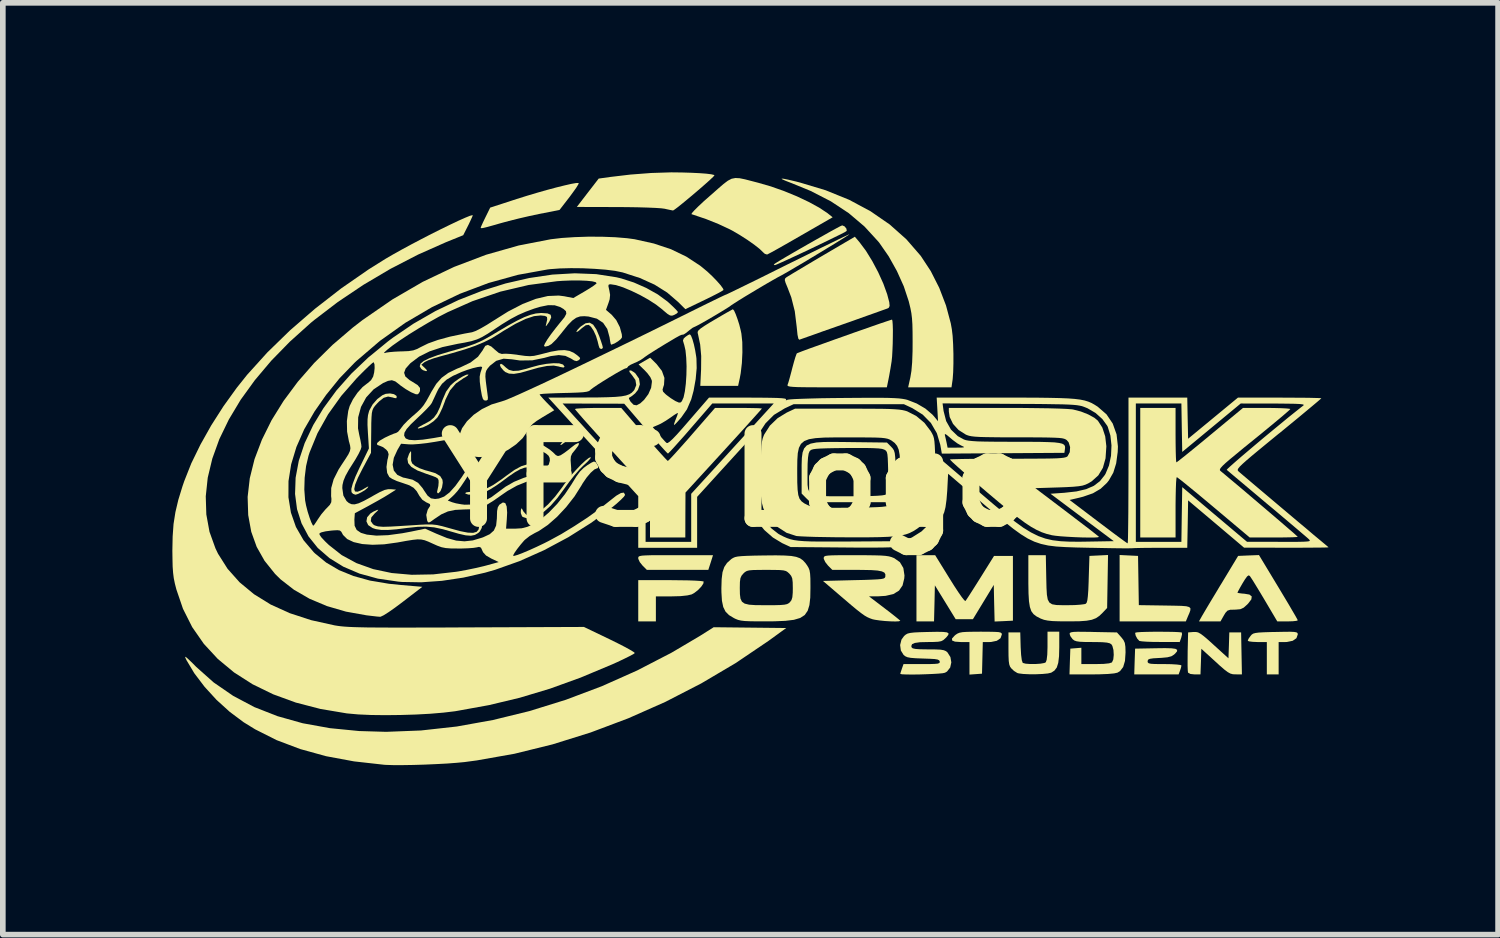
<source format=kicad_pcb>
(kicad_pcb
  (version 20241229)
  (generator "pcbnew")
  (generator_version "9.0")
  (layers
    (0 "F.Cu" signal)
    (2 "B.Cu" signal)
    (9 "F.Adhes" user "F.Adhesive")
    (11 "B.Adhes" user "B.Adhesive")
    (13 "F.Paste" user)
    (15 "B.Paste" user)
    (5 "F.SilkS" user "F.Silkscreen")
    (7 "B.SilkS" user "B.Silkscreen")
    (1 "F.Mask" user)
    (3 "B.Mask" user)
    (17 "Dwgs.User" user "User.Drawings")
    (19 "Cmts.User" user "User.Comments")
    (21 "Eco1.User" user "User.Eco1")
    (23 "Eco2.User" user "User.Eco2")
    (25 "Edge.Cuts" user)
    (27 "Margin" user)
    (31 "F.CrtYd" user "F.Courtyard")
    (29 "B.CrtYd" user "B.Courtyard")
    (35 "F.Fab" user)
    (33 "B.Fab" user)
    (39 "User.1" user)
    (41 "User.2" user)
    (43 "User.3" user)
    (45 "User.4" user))
  (footprint "YFS Logo"
    (layer "F.Cu")
    (at 9.989 5.445)
    (property "Reference" "YFS Logo" (at 0 0 0) (layer "F.SilkS") (effects (font (size 1.5 1.5) (thickness 0.3))))
    (attr board_only exclude_from_pos_files exclude_from_bom)
    (fp_poly (pts (xy -2.954 -0.769) (xy -2.989 -0.724) (xy -3.039 -0.674) (xy -3.092 -0.632) (xy -3.113 -0.62) (xy -3.125 -0.621) (xy -3.105 -0.653) (xy -3.063 -0.7) (xy -3.005 -0.755) (xy -2.963 -0.789) (xy -2.948 -0.794)) (stroke (width 0) (type solid)) (fill yes) (layer "F.SilkS"))
    (fp_poly (pts (xy -0.463 1.459) (xy -0.505 1.589) (xy -1.049 1.589) (xy -1.593 1.589) (xy -1.669 1.513) (xy -1.718 1.452) (xy -1.744 1.395) (xy -1.745 1.383) (xy -1.744 1.366) (xy -1.736 1.353) (xy -1.715 1.344) (xy -1.676 1.337) (xy -1.612 1.333) (xy -1.517 1.33) (xy -1.386 1.329) (xy -1.213 1.329) (xy -1.084 1.329) (xy -0.422 1.329)) (stroke (width 0) (type solid)) (fill yes) (layer "F.SilkS"))
    (fp_poly (pts (xy 6.936 1.334) (xy 7.099 1.342) (xy 7.106 1.777) (xy 7.113 2.213) (xy 7.575 2.22) (xy 7.746 2.223) (xy 7.87 2.226) (xy 7.954 2.233) (xy 8.004 2.247) (xy 8.026 2.269) (xy 8.025 2.303) (xy 8.008 2.352) (xy 7.983 2.409) (xy 7.945 2.501) (xy 7.359 2.501) (xy 6.773 2.501) (xy 6.773 1.914) (xy 6.773 1.326)) (stroke (width 0) (type solid)) (fill yes) (layer "F.SilkS"))
    (fp_poly (pts (xy -1.004 1.773) (xy -0.854 1.775) (xy -0.73 1.78) (xy -0.641 1.786) (xy -0.593 1.793) (xy -0.588 1.795) (xy -0.593 1.831) (xy -0.629 1.885) (xy -0.685 1.944) (xy -0.75 1.995) (xy -0.799 2.023) (xy -0.876 2.041) (xy -0.997 2.054) (xy -1.152 2.058) (xy -1.158 2.058) (xy -1.433 2.058) (xy -1.433 2.279) (xy -1.433 2.501) (xy -1.589 2.501) (xy -1.745 2.501) (xy -1.745 2.136) (xy -1.745 1.771) (xy -1.174 1.771)) (stroke (width 0) (type solid)) (fill yes) (layer "F.SilkS"))
    (fp_poly (pts (xy 7.629 2.685) (xy 7.738 2.687) (xy 7.822 2.691) (xy 7.868 2.696) (xy 7.874 2.699) (xy 7.877 2.731) (xy 7.863 2.789) (xy 7.863 2.79) (xy 7.836 2.866) (xy 7.494 2.865) (xy 7.364 2.864) (xy 7.252 2.86) (xy 7.169 2.854) (xy 7.125 2.847) (xy 7.122 2.846) (xy 7.086 2.807) (xy 7.058 2.755) (xy 7.048 2.711) (xy 7.052 2.7) (xy 7.083 2.694) (xy 7.155 2.689) (xy 7.256 2.686) (xy 7.377 2.684) (xy 7.504 2.684)) (stroke (width 0) (type solid)) (fill yes) (layer "F.SilkS"))
    (fp_poly (pts (xy -2.543 -2.75) (xy -2.486 -2.666) (xy -2.435 -2.545) (xy -2.403 -2.455) (xy -2.38 -2.383) (xy -2.371 -2.345) (xy -2.371 -2.343) (xy -2.388 -2.32) (xy -2.42 -2.326) (xy -2.431 -2.338) (xy -2.444 -2.375) (xy -2.46 -2.439) (xy -2.462 -2.449) (xy -2.492 -2.549) (xy -2.535 -2.643) (xy -2.582 -2.714) (xy -2.621 -2.746) (xy -2.673 -2.74) (xy -2.744 -2.687) (xy -2.753 -2.679) (xy -2.803 -2.636) (xy -2.834 -2.619) (xy -2.84 -2.624) (xy -2.821 -2.658) (xy -2.775 -2.706) (xy -2.759 -2.72) (xy -2.676 -2.775) (xy -2.605 -2.785)) (stroke (width 0) (type solid)) (fill yes) (layer "F.SilkS"))
    (fp_poly (pts (xy -0.049 -2.999) (xy -0.021 -2.937) (xy 0.011 -2.85) (xy 0.043 -2.75) (xy 0.068 -2.65) (xy 0.08 -2.593) (xy 0.096 -2.442) (xy 0.098 -2.261) (xy 0.089 -2.071) (xy 0.068 -1.891) (xy 0.052 -1.804) (xy 0.022 -1.667) (xy -0.313 -1.667) (xy -0.647 -1.667) (xy -0.633 -1.96) (xy -0.631 -2.195) (xy -0.649 -2.397) (xy -0.688 -2.583) (xy -0.692 -2.596) (xy -0.694 -2.622) (xy -0.68 -2.648) (xy -0.643 -2.681) (xy -0.578 -2.726) (xy -0.478 -2.788) (xy -0.395 -2.837) (xy -0.281 -2.904) (xy -0.184 -2.96) (xy -0.112 -3) (xy -0.074 -3.021) (xy -0.07 -3.022)) (stroke (width 0) (type solid)) (fill yes) (layer "F.SilkS"))
    (fp_poly (pts (xy 4.462 2.684) (xy 4.564 2.686) (xy 4.631 2.69) (xy 4.668 2.699) (xy 4.685 2.712) (xy 4.689 2.73) (xy 4.689 2.731) (xy 4.666 2.798) (xy 4.6 2.844) (xy 4.499 2.865) (xy 4.473 2.866) (xy 4.352 2.866) (xy 4.345 3.146) (xy 4.338 3.426) (xy 4.227 3.434) (xy 4.116 3.442) (xy 4.116 3.154) (xy 4.116 2.866) (xy 3.96 2.866) (xy 3.859 2.859) (xy 3.809 2.839) (xy 3.807 2.804) (xy 3.853 2.753) (xy 3.872 2.737) (xy 3.904 2.716) (xy 3.941 2.701) (xy 3.994 2.691) (xy 4.072 2.686) (xy 4.184 2.684) (xy 4.315 2.683)) (stroke (width 0) (type solid)) (fill yes) (layer "F.SilkS"))
    (fp_poly (pts (xy -3.144 -2.065) (xy -3.08 -2.046) (xy -3.071 -2.039) (xy -3.048 -2.004) (xy -3.069 -1.991) (xy -3.129 -2.002) (xy -3.15 -2.009) (xy -3.242 -2.026) (xy -3.361 -2.019) (xy -3.513 -1.988) (xy -3.678 -1.941) (xy -3.83 -1.898) (xy -3.945 -1.879) (xy -4.032 -1.884) (xy -4.098 -1.912) (xy -4.13 -1.94) (xy -4.178 -1.998) (xy -4.194 -2.04) (xy -4.175 -2.058) (xy -4.173 -2.058) (xy -4.142 -2.041) (xy -4.095 -1.999) (xy -4.09 -1.993) (xy -4.033 -1.95) (xy -3.959 -1.931) (xy -3.862 -1.936) (xy -3.732 -1.967) (xy -3.634 -1.997) (xy -3.5 -2.033) (xy -3.366 -2.057) (xy -3.243 -2.068)) (stroke (width 0) (type solid)) (fill yes) (layer "F.SilkS"))
    (fp_poly (pts (xy -2.798 -5.255) (xy -2.807 -5.23) (xy -2.842 -5.173) (xy -2.899 -5.093) (xy -2.96 -5.01) (xy -3.138 -4.78) (xy -3.503 -4.708) (xy -3.672 -4.672) (xy -3.858 -4.629) (xy -4.038 -4.584) (xy -4.181 -4.545) (xy -4.321 -4.505) (xy -4.418 -4.478) (xy -4.48 -4.463) (xy -4.515 -4.457) (xy -4.53 -4.46) (xy -4.533 -4.467) (xy -4.522 -4.495) (xy -4.494 -4.557) (xy -4.454 -4.64) (xy -4.449 -4.65) (xy -4.365 -4.821) (xy -3.895 -4.974) (xy -3.716 -5.03) (xy -3.535 -5.084) (xy -3.359 -5.134) (xy -3.195 -5.178) (xy -3.049 -5.214) (xy -2.931 -5.241) (xy -2.846 -5.256) (xy -2.802 -5.257)) (stroke (width 0) (type solid)) (fill yes) (layer "F.SilkS"))
    (fp_poly (pts (xy 9.859 2.687) (xy 9.9 2.694) (xy 9.919 2.705) (xy 9.925 2.722) (xy 9.926 2.729) (xy 9.902 2.798) (xy 9.836 2.844) (xy 9.734 2.865) (xy 9.709 2.866) (xy 9.587 2.866) (xy 9.587 3.152) (xy 9.587 3.439) (xy 9.483 3.439) (xy 9.378 3.439) (xy 9.378 3.152) (xy 9.378 2.866) (xy 9.209 2.866) (xy 9.123 2.862) (xy 9.062 2.854) (xy 9.04 2.842) (xy 9.055 2.807) (xy 9.09 2.758) (xy 9.111 2.734) (xy 9.137 2.717) (xy 9.177 2.706) (xy 9.238 2.698) (xy 9.33 2.693) (xy 9.462 2.689) (xy 9.532 2.688) (xy 9.683 2.685) (xy 9.79 2.684)) (stroke (width 0) (type solid)) (fill yes) (layer "F.SilkS"))
    (fp_poly (pts (xy 1.905 -4.49) (xy 1.937 -4.452) (xy 1.945 -4.415) (xy 1.938 -4.405) (xy 1.908 -4.386) (xy 1.838 -4.35) (xy 1.736 -4.3) (xy 1.611 -4.239) (xy 1.47 -4.171) (xy 1.32 -4.099) (xy 1.17 -4.028) (xy 1.026 -3.961) (xy 0.897 -3.901) (xy 0.791 -3.853) (xy 0.714 -3.819) (xy 0.675 -3.804) (xy 0.672 -3.803) (xy 0.654 -3.813) (xy 0.658 -3.819) (xy 0.688 -3.84) (xy 0.756 -3.882) (xy 0.854 -3.94) (xy 0.974 -4.01) (xy 1.109 -4.088) (xy 1.252 -4.17) (xy 1.395 -4.251) (xy 1.532 -4.328) (xy 1.654 -4.397) (xy 1.755 -4.452) (xy 1.826 -4.49) (xy 1.862 -4.506) (xy 1.864 -4.507)) (stroke (width 0) (type solid)) (fill yes) (layer "F.SilkS"))
    (fp_poly (pts (xy -4.749 -1.866) (xy -4.762 -1.848) (xy -4.809 -1.817) (xy -4.837 -1.802) (xy -4.971 -1.71) (xy -5.076 -1.587) (xy -5.156 -1.424) (xy -5.17 -1.383) (xy -5.211 -1.276) (xy -5.257 -1.178) (xy -5.298 -1.109) (xy -5.3 -1.106) (xy -5.368 -1.04) (xy -5.458 -0.979) (xy -5.554 -0.933) (xy -5.634 -0.913) (xy -5.642 -0.912) (xy -5.646 -0.923) (xy -5.61 -0.949) (xy -5.542 -0.986) (xy -5.531 -0.991) (xy -5.433 -1.045) (xy -5.361 -1.105) (xy -5.304 -1.183) (xy -5.254 -1.291) (xy -5.212 -1.411) (xy -5.146 -1.564) (xy -5.064 -1.678) (xy -5 -1.735) (xy -4.924 -1.79) (xy -4.849 -1.835) (xy -4.787 -1.864) (xy -4.751 -1.868)) (stroke (width 0) (type solid)) (fill yes) (layer "F.SilkS"))
    (fp_poly (pts (xy -3.585 -0.276) (xy -3.508 -0.256) (xy -3.481 -0.237) (xy -3.502 -0.225) (xy -3.571 -0.224) (xy -3.603 -0.226) (xy -3.683 -0.23) (xy -3.757 -0.219) (xy -3.835 -0.191) (xy -3.926 -0.14) (xy -4.039 -0.063) (xy -4.155 0.024) (xy -4.258 0.097) (xy -4.361 0.162) (xy -4.447 0.208) (xy -4.479 0.221) (xy -4.577 0.247) (xy -4.673 0.259) (xy -4.753 0.257) (xy -4.801 0.24) (xy -4.806 0.234) (xy -4.793 0.219) (xy -4.735 0.21) (xy -4.684 0.208) (xy -4.567 0.196) (xy -4.447 0.158) (xy -4.315 0.089) (xy -4.162 -0.014) (xy -4.081 -0.075) (xy -3.936 -0.179) (xy -3.815 -0.245) (xy -3.708 -0.278) (xy -3.609 -0.28)) (stroke (width 0) (type solid)) (fill yes) (layer "F.SilkS"))
    (fp_poly (pts (xy -5.764 -0.464) (xy -5.765 -0.419) (xy -5.764 -0.342) (xy -5.745 -0.294) (xy -5.697 -0.253) (xy -5.689 -0.248) (xy -5.616 -0.21) (xy -5.519 -0.175) (xy -5.462 -0.16) (xy -5.333 -0.121) (xy -5.25 -0.071) (xy -5.21 -0.006) (xy -5.204 0.046) (xy -5.217 0.128) (xy -5.244 0.195) (xy -5.279 0.232) (xy -5.291 0.234) (xy -5.306 0.214) (xy -5.298 0.176) (xy -5.282 0.105) (xy -5.277 0.039) (xy -5.279 0.001) (xy -5.292 -0.027) (xy -5.327 -0.05) (xy -5.393 -0.076) (xy -5.497 -0.111) (xy -5.653 -0.17) (xy -5.759 -0.232) (xy -5.817 -0.3) (xy -5.83 -0.377) (xy -5.8 -0.464) (xy -5.797 -0.469) (xy -5.775 -0.506) (xy -5.765 -0.506)) (stroke (width 0) (type solid)) (fill yes) (layer "F.SilkS"))
    (fp_poly (pts (xy 7.691 2.977) (xy 7.76 2.986) (xy 7.791 3.004) (xy 7.789 3.031) (xy 7.757 3.069) (xy 7.735 3.089) (xy 7.689 3.118) (xy 7.619 3.136) (xy 7.514 3.146) (xy 7.474 3.148) (xy 7.37 3.154) (xy 7.309 3.163) (xy 7.278 3.177) (xy 7.269 3.2) (xy 7.268 3.207) (xy 7.272 3.228) (xy 7.289 3.242) (xy 7.329 3.251) (xy 7.4 3.255) (xy 7.51 3.256) (xy 7.568 3.256) (xy 7.689 3.258) (xy 7.786 3.264) (xy 7.848 3.272) (xy 7.867 3.281) (xy 7.859 3.321) (xy 7.842 3.372) (xy 7.817 3.439) (xy 7.424 3.439) (xy 7.032 3.439) (xy 7.039 3.211) (xy 7.047 2.983) (xy 7.418 2.976) (xy 7.578 2.974)) (stroke (width 0) (type solid)) (fill yes) (layer "F.SilkS"))
    (fp_poly (pts (xy 8.162 2.696) (xy 8.207 2.721) (xy 8.266 2.765) (xy 8.348 2.835) (xy 8.438 2.917) (xy 8.699 3.154) (xy 8.707 2.925) (xy 8.714 2.696) (xy 8.818 2.696) (xy 8.923 2.696) (xy 8.93 3.068) (xy 8.937 3.439) (xy 8.826 3.438) (xy 8.777 3.436) (xy 8.733 3.424) (xy 8.686 3.398) (xy 8.625 3.352) (xy 8.542 3.28) (xy 8.467 3.211) (xy 8.219 2.985) (xy 8.212 3.212) (xy 8.204 3.439) (xy 8.1 3.439) (xy 8.026 3.431) (xy 7.986 3.409) (xy 7.983 3.405) (xy 7.979 3.367) (xy 7.976 3.288) (xy 7.976 3.179) (xy 7.977 3.052) (xy 7.977 3.034) (xy 7.985 2.696) (xy 8.081 2.688) (xy 8.123 2.688)) (stroke (width 0) (type solid)) (fill yes) (layer "F.SilkS"))
    (fp_poly (pts (xy -0.973 -5.443) (xy -0.81 -5.438) (xy -0.664 -5.431) (xy -0.542 -5.422) (xy -0.453 -5.411) (xy -0.404 -5.399) (xy -0.396 -5.392) (xy -0.42 -5.365) (xy -0.475 -5.313) (xy -0.554 -5.242) (xy -0.649 -5.159) (xy -0.753 -5.07) (xy -0.858 -4.982) (xy -0.956 -4.901) (xy -1.039 -4.834) (xy -1.099 -4.789) (xy -1.129 -4.77) (xy -1.13 -4.77) (xy -1.172 -4.778) (xy -1.242 -4.793) (xy -1.277 -4.801) (xy -1.337 -4.809) (xy -1.441 -4.816) (xy -1.584 -4.822) (xy -1.757 -4.827) (xy -1.953 -4.83) (xy -2.113 -4.831) (xy -2.832 -4.833) (xy -2.639 -5.084) (xy -2.445 -5.335) (xy -2.245 -5.363) (xy -1.882 -5.406) (xy -1.515 -5.434) (xy -1.168 -5.445) (xy -1.146 -5.445)) (stroke (width 0) (type solid)) (fill yes) (layer "F.SilkS"))
    (fp_poly (pts (xy 3.766 1.745) (xy 3.847 1.874) (xy 3.92 1.985) (xy 3.98 2.071) (xy 4.023 2.125) (xy 4.044 2.141) (xy 4.044 2.141) (xy 4.064 2.113) (xy 4.107 2.048) (xy 4.167 1.954) (xy 4.24 1.839) (xy 4.308 1.731) (xy 4.551 1.342) (xy 4.718 1.342) (xy 4.885 1.342) (xy 4.885 1.915) (xy 4.885 2.488) (xy 4.723 2.496) (xy 4.561 2.503) (xy 4.553 2.179) (xy 4.546 1.855) (xy 4.362 2.158) (xy 4.177 2.462) (xy 4.025 2.462) (xy 3.872 2.462) (xy 3.688 2.162) (xy 3.504 1.863) (xy 3.497 2.182) (xy 3.489 2.501) (xy 3.334 2.501) (xy 3.178 2.501) (xy 3.178 1.915) (xy 3.178 1.329) (xy 3.344 1.329) (xy 3.509 1.329)) (stroke (width 0) (type solid)) (fill yes) (layer "F.SilkS"))
    (fp_poly (pts (xy -2.583 -0.404) (xy -2.594 -0.38) (xy -2.635 -0.333) (xy -2.7 -0.271) (xy -2.712 -0.261) (xy -2.785 -0.188) (xy -2.874 -0.085) (xy -2.968 0.034) (xy -3.048 0.144) (xy -3.177 0.319) (xy -3.293 0.452) (xy -3.405 0.553) (xy -3.519 0.627) (xy -3.535 0.635) (xy -3.631 0.669) (xy -3.72 0.675) (xy -3.788 0.653) (xy -3.802 0.64) (xy -3.823 0.585) (xy -3.823 0.542) (xy -3.815 0.503) (xy -3.803 0.506) (xy -3.778 0.554) (xy -3.778 0.554) (xy -3.727 0.612) (xy -3.654 0.626) (xy -3.563 0.599) (xy -3.458 0.533) (xy -3.341 0.431) (xy -3.217 0.294) (xy -3.088 0.124) (xy -3.056 0.077) (xy -2.992 -0.01) (xy -2.914 -0.105) (xy -2.83 -0.197) (xy -2.748 -0.282) (xy -2.675 -0.349) (xy -2.618 -0.393) (xy -2.586 -0.405)) (stroke (width 0) (type solid)) (fill yes) (layer "F.SilkS"))
    (fp_poly (pts (xy 5.705 2.958) (xy 5.701 3.118) (xy 5.687 3.235) (xy 5.661 3.317) (xy 5.619 3.372) (xy 5.563 3.408) (xy 5.504 3.422) (xy 5.409 3.431) (xy 5.294 3.436) (xy 5.175 3.436) (xy 5.068 3.431) (xy 4.988 3.421) (xy 4.963 3.414) (xy 4.906 3.379) (xy 4.859 3.335) (xy 4.835 3.303) (xy 4.82 3.262) (xy 4.811 3.201) (xy 4.807 3.108) (xy 4.806 2.987) (xy 4.806 2.696) (xy 4.911 2.696) (xy 5.015 2.696) (xy 5.022 2.956) (xy 5.03 3.094) (xy 5.042 3.187) (xy 5.058 3.233) (xy 5.061 3.236) (xy 5.11 3.249) (xy 5.189 3.255) (xy 5.282 3.255) (xy 5.372 3.249) (xy 5.44 3.237) (xy 5.466 3.225) (xy 5.482 3.181) (xy 5.493 3.088) (xy 5.497 2.953) (xy 5.497 2.939) (xy 5.497 2.683) (xy 5.601 2.683) (xy 5.705 2.683)) (stroke (width 0) (type solid)) (fill yes) (layer "F.SilkS"))
    (fp_poly (pts (xy 0.05 -5.341) (xy 0.147 -5.321) (xy 0.274 -5.288) (xy 0.378 -5.261) (xy 0.603 -5.196) (xy 0.835 -5.114) (xy 1.062 -5.021) (xy 1.273 -4.921) (xy 1.458 -4.82) (xy 1.604 -4.723) (xy 1.625 -4.706) (xy 1.695 -4.65) (xy 1.13 -4.325) (xy 0.974 -4.235) (xy 0.832 -4.154) (xy 0.71 -4.085) (xy 0.616 -4.033) (xy 0.555 -4.001) (xy 0.535 -3.991) (xy 0.495 -4.003) (xy 0.467 -4.028) (xy 0.403 -4.09) (xy 0.305 -4.167) (xy 0.184 -4.252) (xy 0.051 -4.337) (xy -0.081 -4.414) (xy -0.125 -4.437) (xy -0.322 -4.529) (xy -0.546 -4.619) (xy -0.771 -4.695) (xy -0.803 -4.705) (xy -0.796 -4.724) (xy -0.753 -4.772) (xy -0.682 -4.843) (xy -0.586 -4.933) (xy -0.47 -5.035) (xy -0.464 -5.04) (xy -0.335 -5.154) (xy -0.237 -5.239) (xy -0.16 -5.297) (xy -0.093 -5.332) (xy -0.026 -5.345)) (stroke (width 0) (type solid)) (fill yes) (layer "F.SilkS"))
    (fp_poly (pts (xy 2.171 -4.208) (xy 2.284 -4.057) (xy 2.396 -3.875) (xy 2.501 -3.677) (xy 2.592 -3.476) (xy 2.66 -3.288) (xy 2.697 -3.147) (xy 2.703 -3.081) (xy 2.687 -3.048) (xy 2.666 -3.037) (xy 2.63 -3.024) (xy 2.551 -2.996) (xy 2.437 -2.955) (xy 2.293 -2.904) (xy 2.125 -2.844) (xy 1.941 -2.779) (xy 1.876 -2.756) (xy 1.689 -2.69) (xy 1.517 -2.63) (xy 1.367 -2.576) (xy 1.245 -2.533) (xy 1.158 -2.502) (xy 1.11 -2.485) (xy 1.105 -2.483) (xy 1.088 -2.502) (xy 1.073 -2.572) (xy 1.061 -2.69) (xy 1.059 -2.71) (xy 1.025 -2.987) (xy 0.963 -3.233) (xy 0.896 -3.408) (xy 0.862 -3.49) (xy 0.848 -3.539) (xy 0.854 -3.567) (xy 0.874 -3.586) (xy 0.907 -3.607) (xy 0.979 -3.651) (xy 1.083 -3.713) (xy 1.212 -3.79) (xy 1.36 -3.878) (xy 1.502 -3.962) (xy 2.088 -4.306)) (stroke (width 0) (type solid)) (fill yes) (layer "F.SilkS"))
    (fp_poly (pts (xy 2.753 -2.815) (xy 2.758 -2.75) (xy 2.761 -2.654) (xy 2.76 -2.539) (xy 2.758 -2.415) (xy 2.753 -2.293) (xy 2.747 -2.184) (xy 2.738 -2.098) (xy 2.737 -2.093) (xy 2.718 -1.974) (xy 2.696 -1.849) (xy 2.684 -1.787) (xy 2.654 -1.641) (xy 1.767 -1.641) (xy 1.528 -1.641) (xy 1.337 -1.642) (xy 1.188 -1.643) (xy 1.076 -1.645) (xy 0.996 -1.649) (xy 0.943 -1.654) (xy 0.912 -1.661) (xy 0.898 -1.669) (xy 0.896 -1.68) (xy 0.898 -1.687) (xy 0.913 -1.731) (xy 0.936 -1.812) (xy 0.964 -1.916) (xy 0.98 -1.979) (xy 1.009 -2.086) (xy 1.035 -2.174) (xy 1.055 -2.229) (xy 1.062 -2.243) (xy 1.09 -2.254) (xy 1.159 -2.281) (xy 1.264 -2.32) (xy 1.398 -2.368) (xy 1.552 -2.423) (xy 1.721 -2.484) (xy 1.897 -2.546) (xy 2.073 -2.609) (xy 2.243 -2.668) (xy 2.399 -2.723) (xy 2.534 -2.77) (xy 2.641 -2.806) (xy 2.714 -2.83) (xy 2.746 -2.84) (xy 2.746 -2.84)) (stroke (width 0) (type solid)) (fill yes) (layer "F.SilkS"))
    (fp_poly (pts (xy 6.56 1.795) (xy 6.552 2.263) (xy 6.474 2.346) (xy 6.415 2.403) (xy 6.354 2.444) (xy 6.281 2.472) (xy 6.188 2.489) (xy 6.064 2.498) (xy 5.9 2.5) (xy 5.856 2.5) (xy 5.699 2.499) (xy 5.584 2.495) (xy 5.5 2.486) (xy 5.436 2.473) (xy 5.382 2.453) (xy 5.374 2.45) (xy 5.303 2.413) (xy 5.249 2.372) (xy 5.21 2.319) (xy 5.185 2.245) (xy 5.169 2.144) (xy 5.161 2.008) (xy 5.158 1.83) (xy 5.158 1.778) (xy 5.158 1.329) (xy 5.313 1.329) (xy 5.467 1.329) (xy 5.475 1.735) (xy 5.479 1.903) (xy 5.486 2.027) (xy 5.501 2.113) (xy 5.53 2.167) (xy 5.579 2.198) (xy 5.654 2.211) (xy 5.759 2.214) (xy 5.86 2.214) (xy 5.978 2.212) (xy 6.079 2.205) (xy 6.149 2.196) (xy 6.174 2.189) (xy 6.19 2.169) (xy 6.202 2.127) (xy 6.211 2.055) (xy 6.219 1.947) (xy 6.225 1.795) (xy 6.226 1.753) (xy 6.239 1.342) (xy 6.404 1.334) (xy 6.568 1.326)) (stroke (width 0) (type solid)) (fill yes) (layer "F.SilkS"))
    (fp_poly (pts (xy 0.169 -1.276) (xy 0.289 -1.274) (xy 0.38 -1.272) (xy 0.433 -1.268) (xy 0.443 -1.266) (xy 0.426 -1.245) (xy 0.377 -1.19) (xy 0.301 -1.105) (xy 0.202 -0.995) (xy 0.082 -0.862) (xy -0.054 -0.713) (xy -0.203 -0.55) (xy -0.233 -0.517) (xy -0.909 0.221) (xy -0.911 0.619) (xy -0.912 1.016) (xy -1.224 1.016) (xy -1.537 1.016) (xy -1.537 0.618) (xy -1.537 0.221) (xy -2.201 -0.508) (xy -2.35 -0.672) (xy -2.487 -0.825) (xy -2.609 -0.961) (xy -2.712 -1.076) (xy -2.791 -1.167) (xy -2.843 -1.228) (xy -2.865 -1.256) (xy -2.865 -1.257) (xy -2.841 -1.264) (xy -2.773 -1.269) (xy -2.671 -1.273) (xy -2.543 -1.276) (xy -2.455 -1.276) (xy -2.045 -1.276) (xy -1.643 -0.807) (xy -1.529 -0.676) (xy -1.426 -0.558) (xy -1.339 -0.461) (xy -1.272 -0.388) (xy -1.232 -0.347) (xy -1.221 -0.339) (xy -1.2 -0.357) (xy -1.149 -0.41) (xy -1.074 -0.492) (xy -0.98 -0.597) (xy -0.871 -0.719) (xy -0.794 -0.808) (xy -0.386 -1.277) (xy 0.029 -1.277)) (stroke (width 0) (type solid)) (fill yes) (layer "F.SilkS"))
    (fp_poly (pts (xy 0.826 -5.332) (xy 0.912 -5.315) (xy 1.047 -5.283) (xy 1.12 -5.264) (xy 1.572 -5.128) (xy 1.988 -4.959) (xy 2.365 -4.757) (xy 2.703 -4.524) (xy 3 -4.26) (xy 3.255 -3.966) (xy 3.258 -3.961) (xy 3.431 -3.698) (xy 3.581 -3.402) (xy 3.701 -3.089) (xy 3.785 -2.775) (xy 3.804 -2.67) (xy 3.818 -2.552) (xy 3.827 -2.401) (xy 3.832 -2.233) (xy 3.832 -2.064) (xy 3.828 -1.91) (xy 3.819 -1.787) (xy 3.815 -1.759) (xy 3.798 -1.641) (xy 3.414 -1.641) (xy 3.031 -1.641) (xy 3.07 -1.817) (xy 3.089 -1.932) (xy 3.102 -2.085) (xy 3.109 -2.28) (xy 3.11 -2.449) (xy 3.109 -2.622) (xy 3.106 -2.756) (xy 3.099 -2.862) (xy 3.088 -2.953) (xy 3.071 -3.042) (xy 3.047 -3.141) (xy 3.041 -3.165) (xy 2.954 -3.428) (xy 2.832 -3.699) (xy 2.686 -3.96) (xy 2.525 -4.192) (xy 2.503 -4.22) (xy 2.258 -4.487) (xy 1.98 -4.723) (xy 1.664 -4.932) (xy 1.306 -5.116) (xy 0.977 -5.251) (xy 0.866 -5.294) (xy 0.803 -5.322) (xy 0.79 -5.334)) (stroke (width 0) (type solid)) (fill yes) (layer "F.SilkS"))
    (fp_poly (pts (xy 6.14 2.685) (xy 6.295 2.687) (xy 6.307 2.688) (xy 6.726 2.696) (xy 6.802 2.781) (xy 6.842 2.832) (xy 6.865 2.882) (xy 6.875 2.948) (xy 6.878 3.048) (xy 6.878 3.05) (xy 6.868 3.2) (xy 6.836 3.308) (xy 6.781 3.38) (xy 6.735 3.408) (xy 6.676 3.421) (xy 6.569 3.431) (xy 6.421 3.437) (xy 6.276 3.439) (xy 5.886 3.439) (xy 5.893 3.211) (xy 5.901 2.983) (xy 5.998 2.975) (xy 6.096 2.967) (xy 6.096 3.112) (xy 6.096 3.256) (xy 6.351 3.256) (xy 6.49 3.253) (xy 6.587 3.243) (xy 6.636 3.227) (xy 6.638 3.225) (xy 6.661 3.174) (xy 6.669 3.094) (xy 6.664 3.007) (xy 6.645 2.935) (xy 6.628 2.907) (xy 6.598 2.888) (xy 6.548 2.876) (xy 6.467 2.869) (xy 6.346 2.866) (xy 6.29 2.866) (xy 6.158 2.865) (xy 6.068 2.861) (xy 6.009 2.852) (xy 5.97 2.838) (xy 5.941 2.815) (xy 5.94 2.814) (xy 5.901 2.761) (xy 5.888 2.72) (xy 5.893 2.705) (xy 5.914 2.694) (xy 5.957 2.687) (xy 6.03 2.684)) (stroke (width 0) (type solid)) (fill yes) (layer "F.SilkS"))
    (fp_poly (pts (xy 9.582 1.895) (xy 9.675 2.05) (xy 9.759 2.19) (xy 9.829 2.31) (xy 9.883 2.402) (xy 9.916 2.462) (xy 9.926 2.482) (xy 9.902 2.491) (xy 9.839 2.498) (xy 9.751 2.501) (xy 9.744 2.501) (xy 9.563 2.501) (xy 9.336 2.117) (xy 9.259 1.988) (xy 9.189 1.873) (xy 9.132 1.78) (xy 9.092 1.719) (xy 9.077 1.697) (xy 9.056 1.686) (xy 9.029 1.705) (xy 8.99 1.759) (xy 8.951 1.822) (xy 8.905 1.902) (xy 8.872 1.963) (xy 8.858 1.992) (xy 8.857 1.993) (xy 8.881 2) (xy 8.94 2.008) (xy 8.981 2.011) (xy 9.07 2.026) (xy 9.111 2.059) (xy 9.104 2.111) (xy 9.049 2.183) (xy 9.031 2.202) (xy 8.968 2.258) (xy 8.91 2.285) (xy 8.831 2.292) (xy 8.809 2.293) (xy 8.729 2.295) (xy 8.681 2.311) (xy 8.646 2.349) (xy 8.617 2.397) (xy 8.558 2.501) (xy 8.367 2.501) (xy 8.177 2.501) (xy 8.232 2.403) (xy 8.262 2.352) (xy 8.314 2.264) (xy 8.383 2.148) (xy 8.465 2.013) (xy 8.553 1.866) (xy 8.579 1.824) (xy 8.87 1.342) (xy 9.055 1.334) (xy 9.239 1.327)) (stroke (width 0) (type solid)) (fill yes) (layer "F.SilkS"))
    (fp_poly (pts (xy -6.365 0.551) (xy -6.408 0.59) (xy -6.468 0.66) (xy -6.478 0.726) (xy -6.439 0.782) (xy -6.409 0.802) (xy -6.35 0.82) (xy -6.259 0.827) (xy -6.127 0.823) (xy -6.109 0.822) (xy -5.971 0.814) (xy -5.81 0.804) (xy -5.654 0.794) (xy -5.61 0.791) (xy -5.488 0.785) (xy -5.393 0.786) (xy -5.308 0.795) (xy -5.214 0.816) (xy -5.091 0.85) (xy -5.07 0.856) (xy -4.895 0.904) (xy -4.762 0.93) (xy -4.667 0.934) (xy -4.605 0.916) (xy -4.57 0.874) (xy -4.559 0.808) (xy -4.559 0.801) (xy -4.551 0.752) (xy -4.533 0.742) (xy -4.507 0.785) (xy -4.514 0.846) (xy -4.548 0.909) (xy -4.576 0.936) (xy -4.635 0.971) (xy -4.706 0.985) (xy -4.799 0.978) (xy -4.922 0.95) (xy -5.015 0.923) (xy -5.201 0.87) (xy -5.356 0.837) (xy -5.499 0.824) (xy -5.646 0.827) (xy -5.814 0.845) (xy -5.825 0.846) (xy -6.022 0.871) (xy -6.176 0.883) (xy -6.296 0.882) (xy -6.389 0.868) (xy -6.446 0.849) (xy -6.524 0.797) (xy -6.555 0.73) (xy -6.542 0.658) (xy -6.483 0.59) (xy -6.435 0.56) (xy -6.368 0.529) (xy -6.345 0.526)) (stroke (width 0) (type solid)) (fill yes) (layer "F.SilkS"))
    (fp_poly (pts (xy -6.068 -1.52) (xy -6.025 -1.492) (xy -6.018 -1.472) (xy -6.027 -1.448) (xy -6.065 -1.453) (xy -6.088 -1.461) (xy -6.172 -1.478) (xy -6.249 -1.456) (xy -6.33 -1.392) (xy -6.366 -1.355) (xy -6.403 -1.314) (xy -6.429 -1.278) (xy -6.447 -1.239) (xy -6.459 -1.186) (xy -6.465 -1.112) (xy -6.469 -1.007) (xy -6.47 -0.862) (xy -6.471 -0.795) (xy -6.474 -0.482) (xy -6.624 -0.201) (xy -6.705 -0.041) (xy -6.754 0.08) (xy -6.771 0.16) (xy -6.757 0.202) (xy -6.71 0.206) (xy -6.631 0.173) (xy -6.594 0.151) (xy -6.538 0.119) (xy -6.52 0.114) (xy -6.534 0.136) (xy -6.539 0.142) (xy -6.579 0.176) (xy -6.639 0.213) (xy -6.702 0.245) (xy -6.747 0.259) (xy -6.753 0.258) (xy -6.78 0.248) (xy -6.793 0.243) (xy -6.819 0.214) (xy -6.822 0.156) (xy -6.798 0.066) (xy -6.749 -0.062) (xy -6.672 -0.229) (xy -6.668 -0.236) (xy -6.511 -0.56) (xy -6.529 -0.84) (xy -6.536 -0.976) (xy -6.535 -1.075) (xy -6.527 -1.149) (xy -6.51 -1.214) (xy -6.502 -1.236) (xy -6.445 -1.339) (xy -6.364 -1.432) (xy -6.273 -1.501) (xy -6.213 -1.526) (xy -6.137 -1.533)) (stroke (width 0) (type solid)) (fill yes) (layer "F.SilkS"))
    (fp_poly (pts (xy -3.35 -2.949) (xy -3.295 -2.925) (xy -3.285 -2.88) (xy -3.317 -2.808) (xy -3.335 -2.78) (xy -3.37 -2.731) (xy -3.382 -2.723) (xy -3.376 -2.755) (xy -3.374 -2.761) (xy -3.356 -2.842) (xy -3.36 -2.886) (xy -3.396 -2.905) (xy -3.47 -2.913) (xy -3.589 -2.901) (xy -3.737 -2.852) (xy -3.916 -2.766) (xy -4.128 -2.641) (xy -4.212 -2.587) (xy -4.339 -2.509) (xy -4.476 -2.44) (xy -4.632 -2.375) (xy -4.815 -2.312) (xy -5.034 -2.247) (xy -5.257 -2.186) (xy -5.363 -2.155) (xy -5.456 -2.122) (xy -5.518 -2.092) (xy -5.528 -2.086) (xy -5.583 -2.041) (xy -5.522 -1.984) (xy -5.485 -1.945) (xy -5.488 -1.929) (xy -5.503 -1.928) (xy -5.555 -1.945) (xy -5.585 -1.968) (xy -5.612 -2.013) (xy -5.598 -2.06) (xy -5.541 -2.107) (xy -5.439 -2.157) (xy -5.29 -2.212) (xy -5.092 -2.272) (xy -5.067 -2.279) (xy -4.894 -2.328) (xy -4.759 -2.368) (xy -4.651 -2.406) (xy -4.555 -2.446) (xy -4.46 -2.493) (xy -4.354 -2.553) (xy -4.239 -2.622) (xy -4.047 -2.735) (xy -3.89 -2.821) (xy -3.761 -2.883) (xy -3.652 -2.924) (xy -3.557 -2.948) (xy -3.468 -2.956) (xy -3.452 -2.956)) (stroke (width 0) (type solid)) (fill yes) (layer "F.SilkS"))
    (fp_poly (pts (xy 0.231 2.611) (xy 0.873 2.618) (xy 0.562 2.844) (xy -0.019 3.237) (xy -0.63 3.598) (xy -1.267 3.926) (xy -1.922 4.216) (xy -2.589 4.467) (xy -3.262 4.677) (xy -3.935 4.843) (xy -4.602 4.961) (xy -4.819 4.99) (xy -4.957 5.003) (xy -5.128 5.016) (xy -5.321 5.026) (xy -5.524 5.035) (xy -5.726 5.041) (xy -5.914 5.044) (xy -6.078 5.044) (xy -6.206 5.04) (xy -6.239 5.038) (xy -6.774 4.978) (xy -7.27 4.886) (xy -7.726 4.76) (xy -8.144 4.602) (xy -8.525 4.41) (xy -8.728 4.285) (xy -8.973 4.102) (xy -9.207 3.89) (xy -9.419 3.658) (xy -9.601 3.418) (xy -9.739 3.187) (xy -9.759 3.144) (xy -9.763 3.126) (xy -9.746 3.134) (xy -9.704 3.171) (xy -9.632 3.24) (xy -9.567 3.306) (xy -9.258 3.581) (xy -8.915 3.817) (xy -8.539 4.017) (xy -8.128 4.178) (xy -7.683 4.303) (xy -7.202 4.39) (xy -6.684 4.441) (xy -6.206 4.455) (xy -5.589 4.431) (xy -4.957 4.361) (xy -4.317 4.246) (xy -3.671 4.088) (xy -3.027 3.888) (xy -2.39 3.648) (xy -1.764 3.369) (xy -1.155 3.054) (xy -0.654 2.758) (xy -0.41 2.604)) (stroke (width 0) (type solid)) (fill yes) (layer "F.SilkS"))
    (fp_poly (pts (xy 2.104 1.329) (xy 2.294 1.33) (xy 2.44 1.332) (xy 2.549 1.335) (xy 2.63 1.341) (xy 2.691 1.35) (xy 2.738 1.363) (xy 2.78 1.38) (xy 2.782 1.38) (xy 2.885 1.453) (xy 2.946 1.556) (xy 2.966 1.688) (xy 2.962 1.741) (xy 2.932 1.865) (xy 2.869 1.956) (xy 2.77 2.017) (xy 2.631 2.049) (xy 2.504 2.057) (xy 2.338 2.058) (xy 2.615 2.269) (xy 2.717 2.347) (xy 2.802 2.414) (xy 2.862 2.463) (xy 2.891 2.488) (xy 2.892 2.49) (xy 2.868 2.499) (xy 2.806 2.502) (xy 2.719 2.5) (xy 2.621 2.494) (xy 2.525 2.484) (xy 2.444 2.472) (xy 2.402 2.463) (xy 2.354 2.446) (xy 2.309 2.426) (xy 2.259 2.397) (xy 2.2 2.355) (xy 2.123 2.295) (xy 2.023 2.212) (xy 1.893 2.101) (xy 1.824 2.042) (xy 1.524 1.785) (xy 2.071 1.771) (xy 2.253 1.767) (xy 2.39 1.762) (xy 2.488 1.757) (xy 2.554 1.751) (xy 2.594 1.743) (xy 2.616 1.731) (xy 2.625 1.716) (xy 2.627 1.708) (xy 2.628 1.668) (xy 2.61 1.637) (xy 2.566 1.616) (xy 2.491 1.601) (xy 2.379 1.593) (xy 2.224 1.59) (xy 2.116 1.589) (xy 1.689 1.589) (xy 1.613 1.513) (xy 1.565 1.452) (xy 1.538 1.395) (xy 1.537 1.383) (xy 1.539 1.365) (xy 1.548 1.352) (xy 1.57 1.342) (xy 1.614 1.336) (xy 1.683 1.332) (xy 1.787 1.33) (xy 1.929 1.329)) (stroke (width 0) (type solid)) (fill yes) (layer "F.SilkS"))
    (fp_poly (pts (xy 3.651 2.687) (xy 3.717 2.695) (xy 3.745 2.711) (xy 3.742 2.738) (xy 3.712 2.777) (xy 3.687 2.802) (xy 3.653 2.832) (xy 3.615 2.851) (xy 3.56 2.861) (xy 3.475 2.865) (xy 3.38 2.866) (xy 3.242 2.869) (xy 3.15 2.882) (xy 3.1 2.904) (xy 3.087 2.938) (xy 3.092 2.96) (xy 3.111 2.977) (xy 3.159 2.988) (xy 3.243 2.994) (xy 3.371 2.996) (xy 3.389 2.996) (xy 3.518 2.997) (xy 3.605 3.001) (xy 3.662 3.011) (xy 3.7 3.027) (xy 3.725 3.047) (xy 3.779 3.132) (xy 3.795 3.226) (xy 3.775 3.317) (xy 3.719 3.388) (xy 3.683 3.409) (xy 3.642 3.418) (xy 3.565 3.425) (xy 3.46 3.431) (xy 3.341 3.436) (xy 3.217 3.44) (xy 3.099 3.441) (xy 2.999 3.44) (xy 2.926 3.437) (xy 2.893 3.431) (xy 2.892 3.43) (xy 2.899 3.401) (xy 2.918 3.345) (xy 2.92 3.338) (xy 2.949 3.256) (xy 3.274 3.256) (xy 3.409 3.256) (xy 3.5 3.253) (xy 3.556 3.248) (xy 3.583 3.237) (xy 3.591 3.222) (xy 3.59 3.211) (xy 3.58 3.19) (xy 3.553 3.176) (xy 3.5 3.167) (xy 3.413 3.162) (xy 3.296 3.158) (xy 3.166 3.153) (xy 3.078 3.146) (xy 3.019 3.135) (xy 2.979 3.117) (xy 2.951 3.095) (xy 2.902 3.016) (xy 2.889 2.919) (xy 2.913 2.823) (xy 2.959 2.759) (xy 2.989 2.734) (xy 3.022 2.716) (xy 3.068 2.705) (xy 3.136 2.697) (xy 3.237 2.692) (xy 3.38 2.688) (xy 3.389 2.688) (xy 3.543 2.685)) (stroke (width 0) (type solid)) (fill yes) (layer "F.SilkS"))
    (fp_poly (pts (xy 7.763 -0.795) (xy 7.764 -0.643) (xy 7.766 -0.51) (xy 7.769 -0.406) (xy 7.773 -0.337) (xy 7.778 -0.313) (xy 7.801 -0.329) (xy 7.859 -0.374) (xy 7.947 -0.444) (xy 8.059 -0.535) (xy 8.191 -0.643) (xy 8.337 -0.763) (xy 8.375 -0.795) (xy 8.957 -1.277) (xy 9.376 -1.277) (xy 9.517 -1.275) (xy 9.638 -1.272) (xy 9.729 -1.267) (xy 9.783 -1.261) (xy 9.794 -1.257) (xy 9.774 -1.236) (xy 9.718 -1.187) (xy 9.632 -1.113) (xy 9.519 -1.019) (xy 9.386 -0.909) (xy 9.236 -0.786) (xy 9.152 -0.718) (xy 8.974 -0.574) (xy 8.834 -0.458) (xy 8.726 -0.369) (xy 8.647 -0.301) (xy 8.594 -0.251) (xy 8.562 -0.215) (xy 8.548 -0.191) (xy 8.548 -0.174) (xy 8.558 -0.161) (xy 8.562 -0.158) (xy 8.638 -0.095) (xy 8.739 -0.01) (xy 8.86 0.091) (xy 8.994 0.204) (xy 9.136 0.325) (xy 9.282 0.449) (xy 9.425 0.571) (xy 9.56 0.686) (xy 9.681 0.79) (xy 9.784 0.879) (xy 9.863 0.947) (xy 9.911 0.991) (xy 9.926 1.004) (xy 9.901 1.008) (xy 9.833 1.012) (xy 9.73 1.014) (xy 9.601 1.016) (xy 9.5 1.016) (xy 9.075 1.016) (xy 8.44 0.482) (xy 8.285 0.352) (xy 8.142 0.233) (xy 8.016 0.13) (xy 7.913 0.046) (xy 7.837 -0.014) (xy 7.793 -0.047) (xy 7.784 -0.052) (xy 7.778 -0.027) (xy 7.772 0.042) (xy 7.768 0.148) (xy 7.765 0.283) (xy 7.763 0.439) (xy 7.763 0.482) (xy 7.763 1.016) (xy 7.451 1.016) (xy 7.138 1.016) (xy 7.138 -0.13) (xy 7.138 -1.277) (xy 7.451 -1.277) (xy 7.763 -1.277)) (stroke (width 0) (type solid)) (fill yes) (layer "F.SilkS"))
    (fp_poly (pts (xy 1.939 -0.673) (xy 2.007 -0.672) (xy 2.656 -0.664) (xy 2.728 -0.592) (xy 2.759 -0.558) (xy 2.78 -0.524) (xy 2.794 -0.477) (xy 2.802 -0.406) (xy 2.807 -0.302) (xy 2.81 -0.221) (xy 2.813 -0.046) (xy 2.809 0.086) (xy 2.796 0.184) (xy 2.773 0.255) (xy 2.739 0.309) (xy 2.722 0.329) (xy 2.66 0.391) (xy 1.979 0.391) (xy 1.299 0.391) (xy 1.222 0.315) (xy 1.146 0.238) (xy 1.146 -0.013) (xy 1.25 -0.013) (xy 1.251 0.085) (xy 1.261 0.159) (xy 1.285 0.212) (xy 1.328 0.248) (xy 1.396 0.271) (xy 1.494 0.282) (xy 1.629 0.286) (xy 1.806 0.287) (xy 1.975 0.287) (xy 2.19 0.286) (xy 2.358 0.283) (xy 2.482 0.278) (xy 2.569 0.271) (xy 2.621 0.262) (xy 2.64 0.254) (xy 2.658 0.235) (xy 2.67 0.204) (xy 2.677 0.151) (xy 2.68 0.069) (xy 2.679 -0.051) (xy 2.678 -0.143) (xy 2.674 -0.287) (xy 2.67 -0.388) (xy 2.664 -0.454) (xy 2.654 -0.495) (xy 2.639 -0.519) (xy 2.616 -0.535) (xy 2.605 -0.54) (xy 2.568 -0.552) (xy 2.505 -0.56) (xy 2.409 -0.565) (xy 2.276 -0.568) (xy 2.101 -0.568) (xy 1.932 -0.567) (xy 1.738 -0.565) (xy 1.59 -0.562) (xy 1.48 -0.558) (xy 1.403 -0.553) (xy 1.351 -0.546) (xy 1.318 -0.536) (xy 1.298 -0.522) (xy 1.287 -0.51) (xy 1.27 -0.469) (xy 1.259 -0.397) (xy 1.252 -0.289) (xy 1.25 -0.138) (xy 1.25 -0.013) (xy 1.146 -0.013) (xy 1.146 -0.114) (xy 1.146 -0.268) (xy 1.15 -0.392) (xy 1.163 -0.488) (xy 1.19 -0.56) (xy 1.236 -0.612) (xy 1.306 -0.645) (xy 1.407 -0.665) (xy 1.542 -0.674) (xy 1.718 -0.675)) (stroke (width 0) (type solid)) (fill yes) (layer "F.SilkS"))
    (fp_poly (pts (xy 0.845 1.335) (xy 0.963 1.343) (xy 1.051 1.359) (xy 1.118 1.384) (xy 1.169 1.42) (xy 1.214 1.469) (xy 1.244 1.511) (xy 1.269 1.553) (xy 1.286 1.597) (xy 1.296 1.657) (xy 1.301 1.742) (xy 1.302 1.865) (xy 1.302 1.912) (xy 1.299 2.079) (xy 1.284 2.212) (xy 1.253 2.313) (xy 1.201 2.388) (xy 1.121 2.44) (xy 1.009 2.473) (xy 0.859 2.491) (xy 0.666 2.499) (xy 0.52 2.5) (xy 0.353 2.5) (xy 0.229 2.498) (xy 0.138 2.494) (xy 0.072 2.486) (xy 0.021 2.474) (xy -0.024 2.456) (xy -0.052 2.442) (xy -0.14 2.389) (xy -0.201 2.327) (xy -0.241 2.246) (xy -0.264 2.136) (xy -0.273 1.988) (xy -0.274 1.915) (xy -0.274 1.914) (xy 0.052 1.914) (xy 0.054 2.02) (xy 0.064 2.098) (xy 0.09 2.152) (xy 0.138 2.186) (xy 0.216 2.205) (xy 0.33 2.213) (xy 0.488 2.214) (xy 0.521 2.214) (xy 0.668 2.214) (xy 0.772 2.211) (xy 0.842 2.205) (xy 0.888 2.195) (xy 0.918 2.179) (xy 0.938 2.162) (xy 0.966 2.125) (xy 0.982 2.073) (xy 0.989 1.993) (xy 0.99 1.914) (xy 0.988 1.809) (xy 0.98 1.741) (xy 0.961 1.695) (xy 0.929 1.656) (xy 0.926 1.653) (xy 0.897 1.627) (xy 0.866 1.609) (xy 0.823 1.598) (xy 0.757 1.592) (xy 0.659 1.59) (xy 0.521 1.589) (xy 0.381 1.59) (xy 0.284 1.592) (xy 0.218 1.598) (xy 0.175 1.609) (xy 0.144 1.627) (xy 0.116 1.653) (xy 0.083 1.692) (xy 0.063 1.737) (xy 0.054 1.803) (xy 0.052 1.904) (xy 0.052 1.914) (xy -0.274 1.914) (xy -0.269 1.752) (xy -0.254 1.631) (xy -0.223 1.539) (xy -0.174 1.466) (xy -0.103 1.402) (xy -0.096 1.396) (xy -0.067 1.378) (xy -0.033 1.363) (xy 0.013 1.353) (xy 0.08 1.346) (xy 0.176 1.341) (xy 0.307 1.337) (xy 0.483 1.334) (xy 0.49 1.334) (xy 0.69 1.332)) (stroke (width 0) (type solid)) (fill yes) (layer "F.SilkS"))
    (fp_poly (pts (xy -2.383 -4.306) (xy -2.151 -4.297) (xy -1.944 -4.28) (xy -1.811 -4.262) (xy -1.469 -4.186) (xy -1.166 -4.085) (xy -0.896 -3.955) (xy -0.65 -3.794) (xy -0.61 -3.762) (xy -0.521 -3.688) (xy -0.432 -3.604) (xy -0.351 -3.52) (xy -0.286 -3.446) (xy -0.245 -3.389) (xy -0.236 -3.364) (xy -0.259 -3.348) (xy -0.32 -3.313) (xy -0.412 -3.266) (xy -0.526 -3.209) (xy -0.574 -3.186) (xy -0.911 -3.024) (xy -1.04 -3.152) (xy -1.233 -3.318) (xy -1.456 -3.458) (xy -1.717 -3.576) (xy -2.02 -3.674) (xy -2.024 -3.675) (xy -2.154 -3.702) (xy -2.322 -3.723) (xy -2.518 -3.738) (xy -2.727 -3.748) (xy -2.936 -3.75) (xy -3.134 -3.745) (xy -3.308 -3.732) (xy -3.349 -3.727) (xy -3.873 -3.632) (xy -4.393 -3.488) (xy -4.902 -3.296) (xy -5.395 -3.06) (xy -5.868 -2.782) (xy -6.315 -2.464) (xy -6.731 -2.108) (xy -6.764 -2.077) (xy -7.027 -1.805) (xy -7.27 -1.505) (xy -7.473 -1.214) (xy -7.656 -0.898) (xy -7.794 -0.585) (xy -7.887 -0.278) (xy -7.934 0.019) (xy -7.935 0.305) (xy -7.891 0.576) (xy -7.802 0.831) (xy -7.667 1.065) (xy -7.486 1.278) (xy -7.465 1.298) (xy -7.267 1.46) (xy -7.041 1.593) (xy -6.784 1.698) (xy -6.491 1.779) (xy -6.157 1.835) (xy -5.942 1.857) (xy -5.566 1.889) (xy -5.913 2.156) (xy -6.048 2.257) (xy -6.162 2.337) (xy -6.249 2.392) (xy -6.304 2.418) (xy -6.315 2.419) (xy -6.367 2.415) (xy -6.453 2.405) (xy -6.555 2.393) (xy -6.56 2.392) (xy -6.917 2.328) (xy -7.253 2.23) (xy -7.562 2.1) (xy -7.837 1.941) (xy -8.075 1.756) (xy -8.172 1.66) (xy -8.358 1.428) (xy -8.497 1.182) (xy -8.593 0.915) (xy -8.647 0.619) (xy -8.647 0.617) (xy -8.657 0.298) (xy -8.619 -0.032) (xy -8.535 -0.37) (xy -8.405 -0.713) (xy -8.234 -1.058) (xy -8.021 -1.401) (xy -7.769 -1.74) (xy -7.48 -2.071) (xy -7.156 -2.391) (xy -6.798 -2.697) (xy -6.622 -2.833) (xy -6.097 -3.195) (xy -5.558 -3.508) (xy -5.004 -3.772) (xy -4.438 -3.987) (xy -3.861 -4.151) (xy -3.295 -4.261) (xy -3.099 -4.284) (xy -2.871 -4.299) (xy -2.628 -4.307)) (stroke (width 0) (type solid)) (fill yes) (layer "F.SilkS"))
    (fp_poly (pts (xy 5.054 -1.276) (xy 5.304 -1.273) (xy 5.52 -1.27) (xy 5.699 -1.265) (xy 5.837 -1.259) (xy 5.928 -1.252) (xy 5.953 -1.248) (xy 6.088 -1.213) (xy 6.217 -1.162) (xy 6.325 -1.103) (xy 6.388 -1.051) (xy 6.467 -0.929) (xy 6.518 -0.774) (xy 6.538 -0.601) (xy 6.538 -0.591) (xy 6.524 -0.385) (xy 6.477 -0.217) (xy 6.396 -0.083) (xy 6.279 0.022) (xy 6.217 0.059) (xy 6.169 0.081) (xy 6.116 0.098) (xy 6.048 0.109) (xy 5.955 0.118) (xy 5.828 0.125) (xy 5.695 0.13) (xy 5.281 0.143) (xy 5.845 0.57) (xy 5.993 0.683) (xy 6.127 0.785) (xy 6.241 0.872) (xy 6.329 0.941) (xy 6.387 0.987) (xy 6.409 1.006) (xy 6.409 1.006) (xy 6.384 1.013) (xy 6.319 1.017) (xy 6.222 1.017) (xy 6.104 1.015) (xy 5.976 1.01) (xy 5.848 1.003) (xy 5.731 0.995) (xy 5.635 0.985) (xy 5.575 0.976) (xy 5.483 0.953) (xy 5.395 0.923) (xy 5.305 0.882) (xy 5.208 0.828) (xy 5.099 0.756) (xy 4.973 0.663) (xy 4.824 0.546) (xy 4.647 0.401) (xy 4.438 0.225) (xy 4.418 0.208) (xy 4.261 0.074) (xy 4.118 -0.049) (xy 3.994 -0.157) (xy 3.893 -0.247) (xy 3.819 -0.314) (xy 3.778 -0.355) (xy 3.77 -0.365) (xy 3.798 -0.368) (xy 3.872 -0.37) (xy 3.987 -0.373) (xy 4.137 -0.375) (xy 4.316 -0.376) (xy 4.52 -0.377) (xy 4.741 -0.378) (xy 4.795 -0.378) (xy 5.053 -0.378) (xy 5.263 -0.379) (xy 5.432 -0.38) (xy 5.564 -0.382) (xy 5.664 -0.385) (xy 5.736 -0.39) (xy 5.786 -0.396) (xy 5.82 -0.404) (xy 5.841 -0.413) (xy 5.853 -0.423) (xy 5.891 -0.494) (xy 5.897 -0.583) (xy 5.872 -0.666) (xy 5.838 -0.707) (xy 5.818 -0.72) (xy 5.792 -0.731) (xy 5.753 -0.74) (xy 5.697 -0.746) (xy 5.617 -0.75) (xy 5.508 -0.753) (xy 5.364 -0.755) (xy 5.178 -0.756) (xy 4.966 -0.756) (xy 4.736 -0.756) (xy 4.552 -0.758) (xy 4.408 -0.76) (xy 4.298 -0.763) (xy 4.215 -0.768) (xy 4.154 -0.775) (xy 4.108 -0.784) (xy 4.072 -0.796) (xy 4.051 -0.805) (xy 3.923 -0.886) (xy 3.825 -0.994) (xy 3.766 -1.116) (xy 3.751 -1.213) (xy 3.751 -1.277) (xy 4.776 -1.277)) (stroke (width 0) (type solid)) (fill yes) (layer "F.SilkS"))
    (fp_poly (pts (xy -4.679 -4.668) (xy -4.704 -4.612) (xy -4.742 -4.531) (xy -4.752 -4.511) (xy -4.842 -4.333) (xy -5.15 -4.208) (xy -5.641 -3.99) (xy -6.131 -3.737) (xy -6.608 -3.455) (xy -7.061 -3.151) (xy -7.476 -2.834) (xy -7.542 -2.78) (xy -7.91 -2.449) (xy -8.24 -2.111) (xy -8.53 -1.767) (xy -8.781 -1.42) (xy -8.99 -1.071) (xy -9.158 -0.724) (xy -9.282 -0.38) (xy -9.363 -0.042) (xy -9.398 0.288) (xy -9.388 0.608) (xy -9.332 0.915) (xy -9.227 1.207) (xy -9.181 1.303) (xy -9.012 1.57) (xy -8.799 1.809) (xy -8.544 2.02) (xy -8.248 2.203) (xy -7.91 2.356) (xy -7.533 2.479) (xy -7.118 2.571) (xy -7.112 2.572) (xy -7.062 2.58) (xy -7.008 2.587) (xy -6.944 2.593) (xy -6.868 2.598) (xy -6.777 2.602) (xy -6.665 2.605) (xy -6.529 2.608) (xy -6.367 2.609) (xy -6.173 2.61) (xy -5.944 2.611) (xy -5.676 2.61) (xy -5.366 2.61) (xy -5.01 2.608) (xy -4.785 2.607) (xy -2.706 2.599) (xy -2.252 2.817) (xy -2.112 2.886) (xy -1.991 2.948) (xy -1.894 3.001) (xy -1.831 3.039) (xy -1.806 3.06) (xy -1.806 3.061) (xy -1.832 3.08) (xy -1.897 3.115) (xy -1.994 3.163) (xy -2.114 3.22) (xy -2.203 3.26) (xy -2.764 3.495) (xy -3.306 3.691) (xy -3.842 3.852) (xy -4.385 3.982) (xy -4.948 4.084) (xy -4.989 4.091) (xy -5.19 4.115) (xy -5.425 4.135) (xy -5.683 4.149) (xy -5.952 4.157) (xy -6.219 4.16) (xy -6.472 4.157) (xy -6.699 4.147) (xy -6.888 4.13) (xy -6.9 4.129) (xy -7.369 4.05) (xy -7.805 3.937) (xy -8.205 3.791) (xy -8.57 3.613) (xy -8.897 3.404) (xy -9.185 3.165) (xy -9.432 2.898) (xy -9.638 2.602) (xy -9.801 2.278) (xy -9.918 1.935) (xy -9.945 1.83) (xy -9.964 1.736) (xy -9.976 1.641) (xy -9.984 1.531) (xy -9.987 1.393) (xy -9.989 1.25) (xy -9.984 0.999) (xy -9.968 0.777) (xy -9.935 0.567) (xy -9.884 0.351) (xy -9.811 0.113) (xy -9.778 0.017) (xy -9.654 -0.296) (xy -9.492 -0.628) (xy -9.301 -0.968) (xy -9.085 -1.306) (xy -8.851 -1.631) (xy -8.666 -1.863) (xy -8.308 -2.259) (xy -7.905 -2.651) (xy -7.467 -3.03) (xy -7.001 -3.392) (xy -6.516 -3.728) (xy -6.214 -3.917) (xy -6.083 -3.993) (xy -5.931 -4.078) (xy -5.763 -4.169) (xy -5.586 -4.262) (xy -5.408 -4.354) (xy -5.234 -4.441) (xy -5.072 -4.52) (xy -4.929 -4.588) (xy -4.81 -4.641) (xy -4.724 -4.676) (xy -4.675 -4.689) (xy -4.674 -4.689)) (stroke (width 0) (type solid)) (fill yes) (layer "F.SilkS"))
    (fp_poly (pts (xy 2.203 -1.263) (xy 2.405 -1.262) (xy 2.567 -1.261) (xy 2.695 -1.258) (xy 2.793 -1.253) (xy 2.868 -1.247) (xy 2.926 -1.239) (xy 2.972 -1.229) (xy 3.012 -1.217) (xy 3.173 -1.135) (xy 3.318 -1.014) (xy 3.432 -0.864) (xy 3.432 -0.864) (xy 3.456 -0.822) (xy 3.474 -0.784) (xy 3.487 -0.741) (xy 3.496 -0.684) (xy 3.502 -0.607) (xy 3.507 -0.501) (xy 3.51 -0.358) (xy 3.512 -0.192) (xy 3.514 0.004) (xy 3.512 0.174) (xy 3.508 0.313) (xy 3.501 0.413) (xy 3.493 0.46) (xy 3.439 0.587) (xy 3.348 0.715) (xy 3.235 0.827) (xy 3.191 0.86) (xy 3.127 0.901) (xy 3.063 0.934) (xy 2.993 0.96) (xy 2.91 0.98) (xy 2.807 0.994) (xy 2.68 1.004) (xy 2.522 1.01) (xy 2.326 1.013) (xy 2.087 1.013) (xy 1.968 1.013) (xy 1.762 1.012) (xy 1.569 1.009) (xy 1.395 1.006) (xy 1.248 1.001) (xy 1.136 0.996) (xy 1.065 0.991) (xy 1.051 0.989) (xy 0.879 0.933) (xy 0.725 0.833) (xy 0.616 0.728) (xy 0.552 0.652) (xy 0.503 0.577) (xy 0.467 0.496) (xy 0.442 0.401) (xy 0.427 0.283) (xy 0.42 0.134) (xy 0.42 -0.053) (xy 0.421 -0.189) (xy 0.422 -0.202) (xy 1.068 -0.202) (xy 1.068 -0.126) (xy 1.069 0.046) (xy 1.075 0.173) (xy 1.087 0.265) (xy 1.109 0.33) (xy 1.144 0.376) (xy 1.194 0.413) (xy 1.26 0.446) (xy 1.298 0.462) (xy 1.34 0.473) (xy 1.393 0.482) (xy 1.464 0.487) (xy 1.561 0.49) (xy 1.691 0.491) (xy 1.86 0.49) (xy 2.006 0.489) (xy 2.207 0.486) (xy 2.363 0.483) (xy 2.481 0.479) (xy 2.567 0.474) (xy 2.629 0.466) (xy 2.674 0.456) (xy 2.707 0.443) (xy 2.728 0.431) (xy 2.788 0.388) (xy 2.832 0.335) (xy 2.862 0.265) (xy 2.88 0.168) (xy 2.889 0.037) (xy 2.892 -0.137) (xy 2.892 -0.142) (xy 2.889 -0.314) (xy 2.881 -0.443) (xy 2.864 -0.537) (xy 2.835 -0.605) (xy 2.793 -0.657) (xy 2.734 -0.701) (xy 2.728 -0.704) (xy 2.698 -0.72) (xy 2.664 -0.732) (xy 2.618 -0.741) (xy 2.554 -0.748) (xy 2.464 -0.752) (xy 2.343 -0.754) (xy 2.182 -0.755) (xy 1.984 -0.755) (xy 1.741 -0.755) (xy 1.546 -0.752) (xy 1.393 -0.742) (xy 1.276 -0.723) (xy 1.192 -0.69) (xy 1.134 -0.64) (xy 1.098 -0.57) (xy 1.078 -0.476) (xy 1.07 -0.354) (xy 1.068 -0.202) (xy 0.422 -0.202) (xy 0.425 -0.368) (xy 0.429 -0.503) (xy 0.435 -0.603) (xy 0.444 -0.677) (xy 0.456 -0.733) (xy 0.473 -0.781) (xy 0.485 -0.808) (xy 0.584 -0.963) (xy 0.723 -1.097) (xy 0.884 -1.195) (xy 1.029 -1.263) (xy 1.954 -1.263)) (stroke (width 0) (type solid)) (fill yes) (layer "F.SilkS"))
    (fp_poly (pts (xy 1.977 -4.338) (xy 1.923 -4.303) (xy 1.838 -4.25) (xy 1.729 -4.182) (xy 1.602 -4.105) (xy 1.464 -4.021) (xy 1.323 -3.936) (xy 1.184 -3.852) (xy 1.054 -3.776) (xy 0.941 -3.709) (xy 0.852 -3.658) (xy 0.792 -3.624) (xy 0.782 -3.619) (xy 0.722 -3.587) (xy 0.632 -3.536) (xy 0.521 -3.472) (xy 0.397 -3.399) (xy 0.269 -3.322) (xy 0.147 -3.249) (xy 0.04 -3.183) (xy -0.043 -3.13) (xy -0.094 -3.097) (xy -0.103 -3.09) (xy -0.141 -3.063) (xy -0.211 -3.019) (xy -0.303 -2.963) (xy -0.407 -2.901) (xy -0.513 -2.839) (xy -0.611 -2.783) (xy -0.69 -2.74) (xy -0.741 -2.714) (xy -0.754 -2.709) (xy -0.784 -2.694) (xy -0.836 -2.655) (xy -0.849 -2.644) (xy -0.903 -2.601) (xy -0.94 -2.577) (xy -0.944 -2.576) (xy -0.983 -2.569) (xy -1.018 -2.553) (xy -1.087 -2.515) (xy -1.178 -2.461) (xy -1.283 -2.398) (xy -1.391 -2.332) (xy -1.491 -2.269) (xy -1.574 -2.216) (xy -1.629 -2.178) (xy -1.642 -2.167) (xy -1.701 -2.126) (xy -1.782 -2.084) (xy -1.812 -2.072) (xy -1.88 -2.041) (xy -1.922 -2.014) (xy -1.928 -2.004) (xy -1.948 -1.981) (xy -1.959 -1.98) (xy -1.995 -1.967) (xy -2.063 -1.931) (xy -2.154 -1.879) (xy -2.258 -1.817) (xy -2.363 -1.752) (xy -2.46 -1.69) (xy -2.538 -1.637) (xy -2.587 -1.6) (xy -2.596 -1.59) (xy -2.617 -1.575) (xy -2.657 -1.563) (xy -2.723 -1.554) (xy -2.823 -1.548) (xy -2.964 -1.543) (xy -3.059 -1.541) (xy -3.202 -1.537) (xy -3.326 -1.532) (xy -3.42 -1.527) (xy -3.477 -1.52) (xy -3.491 -1.516) (xy -3.474 -1.491) (xy -3.429 -1.44) (xy -3.366 -1.373) (xy -3.361 -1.368) (xy -3.231 -1.236) (xy -3.437 -1.113) (xy -3.542 -1.047) (xy -3.613 -0.993) (xy -3.663 -0.938) (xy -3.704 -0.87) (xy -3.713 -0.853) (xy -3.791 -0.741) (xy -3.907 -0.632) (xy -4.046 -0.536) (xy -4.193 -0.465) (xy -4.209 -0.46) (xy -4.322 -0.43) (xy -4.447 -0.412) (xy -4.566 -0.407) (xy -4.662 -0.417) (xy -4.694 -0.427) (xy -4.8 -0.493) (xy -4.878 -0.581) (xy -4.913 -0.667) (xy -4.911 -0.79) (xy -4.863 -0.917) (xy -4.776 -1.04) (xy -4.656 -1.156) (xy -4.509 -1.257) (xy -4.341 -1.338) (xy -4.158 -1.393) (xy -4.103 -1.411) (xy -4.004 -1.452) (xy -3.863 -1.513) (xy -3.685 -1.594) (xy -3.47 -1.693) (xy -3.223 -1.809) (xy -2.946 -1.941) (xy -2.642 -2.087) (xy -2.313 -2.246) (xy -1.962 -2.416) (xy -1.591 -2.597) (xy -1.205 -2.787) (xy -0.805 -2.985) (xy -0.682 -3.046) (xy -0.538 -3.117) (xy -0.409 -3.18) (xy -0.304 -3.231) (xy -0.23 -3.266) (xy -0.193 -3.282) (xy -0.191 -3.282) (xy -0.165 -3.294) (xy -0.098 -3.326) (xy 0.007 -3.377) (xy 0.144 -3.444) (xy 0.31 -3.525) (xy 0.498 -3.618) (xy 0.705 -3.721) (xy 0.898 -3.817) (xy 1.118 -3.925) (xy 1.323 -4.027) (xy 1.51 -4.119) (xy 1.673 -4.198) (xy 1.807 -4.264) (xy 1.908 -4.312) (xy 1.972 -4.342) (xy 1.992 -4.351)) (stroke (width 0) (type solid)) (fill yes) (layer "F.SilkS"))
    (fp_poly (pts (xy -4.345 -2.363) (xy -4.283 -2.308) (xy -4.212 -2.249) (xy -4.157 -2.231) (xy -4.139 -2.234) (xy -4.089 -2.236) (xy -4.003 -2.231) (xy -3.898 -2.219) (xy -3.863 -2.213) (xy -3.747 -2.197) (xy -3.663 -2.192) (xy -3.589 -2.198) (xy -3.505 -2.217) (xy -3.468 -2.226) (xy -3.293 -2.271) (xy -3.156 -2.295) (xy -3.048 -2.3) (xy -2.96 -2.285) (xy -2.882 -2.249) (xy -2.827 -2.21) (xy -2.781 -2.17) (xy -2.774 -2.145) (xy -2.799 -2.121) (xy -2.836 -2.105) (xy -2.879 -2.116) (xy -2.936 -2.151) (xy -3.035 -2.198) (xy -3.151 -2.212) (xy -3.292 -2.194) (xy -3.409 -2.162) (xy -3.619 -2.119) (xy -3.837 -2.116) (xy -3.981 -2.137) (xy -4.128 -2.148) (xy -4.258 -2.11) (xy -4.37 -2.023) (xy -4.377 -2.014) (xy -4.412 -1.973) (xy -4.435 -1.935) (xy -4.447 -1.891) (xy -4.45 -1.83) (xy -4.442 -1.744) (xy -4.426 -1.621) (xy -4.414 -1.531) (xy -4.405 -1.456) (xy -4.41 -1.419) (xy -4.432 -1.408) (xy -4.448 -1.407) (xy -4.476 -1.413) (xy -4.495 -1.439) (xy -4.512 -1.495) (xy -4.529 -1.59) (xy -4.533 -1.614) (xy -4.549 -1.74) (xy -4.551 -1.83) (xy -4.538 -1.897) (xy -4.536 -1.904) (xy -4.516 -1.964) (xy -4.507 -1.999) (xy -4.507 -2) (xy -4.529 -2.008) (xy -4.589 -2) (xy -4.673 -1.98) (xy -4.77 -1.95) (xy -4.868 -1.914) (xy -5.022 -1.845) (xy -5.135 -1.778) (xy -5.217 -1.704) (xy -5.279 -1.615) (xy -5.304 -1.566) (xy -5.345 -1.478) (xy -5.381 -1.401) (xy -5.399 -1.363) (xy -5.428 -1.323) (xy -5.488 -1.258) (xy -5.569 -1.177) (xy -5.657 -1.094) (xy -5.77 -0.986) (xy -5.844 -0.903) (xy -5.882 -0.838) (xy -5.888 -0.787) (xy -5.865 -0.744) (xy -5.856 -0.735) (xy -5.801 -0.712) (xy -5.7 -0.705) (xy -5.557 -0.715) (xy -5.376 -0.742) (xy -5.369 -0.743) (xy -5.257 -0.763) (xy -5.157 -0.78) (xy -5.087 -0.792) (xy -5.073 -0.794) (xy -5.018 -0.795) (xy -5.002 -0.768) (xy -5.011 -0.734) (xy -5.018 -0.729) (xy -5.049 -0.725) (xy -5.121 -0.714) (xy -5.223 -0.697) (xy -5.344 -0.676) (xy -5.351 -0.675) (xy -5.488 -0.654) (xy -5.622 -0.639) (xy -5.735 -0.631) (xy -5.804 -0.632) (xy -5.942 -0.643) (xy -6.006 -0.534) (xy -6.07 -0.394) (xy -6.091 -0.271) (xy -6.07 -0.168) (xy -6.008 -0.092) (xy -5.907 -0.045) (xy -5.867 -0.037) (xy -5.737 -0.006) (xy -5.64 0.05) (xy -5.561 0.143) (xy -5.534 0.186) (xy -5.473 0.275) (xy -5.413 0.323) (xy -5.341 0.335) (xy -5.273 0.327) (xy -5.18 0.292) (xy -5.084 0.219) (xy -4.981 0.104) (xy -4.866 -0.055) (xy -4.84 -0.096) (xy -4.757 -0.219) (xy -4.696 -0.294) (xy -4.657 -0.322) (xy -4.65 -0.322) (xy -4.637 -0.303) (xy -4.65 -0.261) (xy -4.689 -0.187) (xy -4.722 -0.134) (xy -4.813 0.009) (xy -4.885 0.116) (xy -4.945 0.196) (xy -5 0.257) (xy -5.036 0.292) (xy -5.115 0.363) (xy -5.039 0.392) (xy -4.969 0.412) (xy -4.874 0.429) (xy -4.817 0.436) (xy -4.655 0.432) (xy -4.499 0.388) (xy -4.34 0.3) (xy -4.247 0.231) (xy -4.093 0.117) (xy -3.943 0.031) (xy -3.775 -0.038) (xy -3.649 -0.078) (xy -3.502 -0.134) (xy -3.393 -0.201) (xy -3.328 -0.275) (xy -3.309 -0.343) (xy -3.313 -0.392) (xy -3.332 -0.431) (xy -3.373 -0.467) (xy -3.446 -0.511) (xy -3.536 -0.557) (xy -3.636 -0.611) (xy -3.692 -0.651) (xy -3.71 -0.682) (xy -3.709 -0.69) (xy -3.7 -0.713) (xy -3.689 -0.724) (xy -3.665 -0.721) (xy -3.617 -0.702) (xy -3.534 -0.665) (xy -3.504 -0.651) (xy -3.404 -0.6) (xy -3.313 -0.541) (xy -3.253 -0.491) (xy -3.202 -0.441) (xy -3.166 -0.425) (xy -3.126 -0.436) (xy -3.111 -0.444) (xy -3.052 -0.482) (xy -2.977 -0.538) (xy -2.945 -0.565) (xy -2.863 -0.628) (xy -2.81 -0.655) (xy -2.791 -0.647) (xy -2.808 -0.606) (xy -2.863 -0.533) (xy -2.869 -0.526) (xy -2.915 -0.469) (xy -2.937 -0.419) (xy -2.942 -0.356) (xy -2.937 -0.284) (xy -2.931 -0.199) (xy -2.935 -0.152) (xy -2.953 -0.129) (xy -2.979 -0.12) (xy -3.058 -0.107) (xy -3.146 -0.105) (xy -3.223 -0.113) (xy -3.271 -0.13) (xy -3.273 -0.132) (xy -3.311 -0.141) (xy -3.377 -0.114) (xy -3.392 -0.105) (xy -3.459 -0.072) (xy -3.558 -0.031) (xy -3.671 0.012) (xy -3.712 0.026) (xy -3.891 0.098) (xy -4.058 0.192) (xy -4.158 0.261) (xy -4.299 0.36) (xy -4.413 0.431) (xy -4.512 0.478) (xy -4.609 0.505) (xy -4.716 0.517) (xy -4.827 0.52) (xy -4.985 0.528) (xy -5.113 0.555) (xy -5.23 0.607) (xy -5.356 0.691) (xy -5.358 0.693) (xy -5.419 0.737) (xy -5.452 0.752) (xy -5.47 0.739) (xy -5.481 0.714) (xy -5.496 0.617) (xy -5.471 0.526) (xy -5.459 0.506) (xy -5.426 0.455) (xy -5.432 0.424) (xy -5.484 0.399) (xy -5.495 0.395) (xy -5.566 0.348) (xy -5.616 0.282) (xy -5.666 0.196) (xy -5.72 0.137) (xy -5.795 0.093) (xy -5.904 0.055) (xy -5.919 0.05) (xy -6.017 0.017) (xy -6.1 -0.021) (xy -6.15 -0.054) (xy -6.15 -0.054) (xy -6.188 -0.126) (xy -6.2 -0.232) (xy -6.183 -0.358) (xy -6.174 -0.39) (xy -6.162 -0.457) (xy -6.177 -0.505) (xy -6.204 -0.538) (xy -6.261 -0.583) (xy -6.312 -0.604) (xy -6.364 -0.623) (xy -6.367 -0.654) (xy -6.32 -0.697) (xy -6.226 -0.752) (xy -6.223 -0.753) (xy -6.138 -0.793) (xy -6.068 -0.822) (xy -6.029 -0.834) (xy -6.029 -0.834) (xy -5.995 -0.854) (xy -5.953 -0.904) (xy -5.943 -0.918) (xy -5.897 -0.978) (xy -5.824 -1.053) (xy -5.742 -1.128) (xy -5.74 -1.129) (xy -5.657 -1.201) (xy -5.595 -1.261) (xy -5.544 -1.322) (xy -5.495 -1.398) (xy -5.438 -1.501) (xy -5.406 -1.561) (xy -5.32 -1.702) (xy -5.224 -1.81) (xy -5.106 -1.896) (xy -4.952 -1.971) (xy -4.893 -1.994) (xy -4.713 -2.08) (xy -4.581 -2.182) (xy -4.497 -2.298) (xy -4.49 -2.312) (xy -4.452 -2.375) (xy -4.406 -2.392)) (stroke (width 0) (type solid)) (fill yes) (layer "F.SilkS"))
    (fp_poly (pts (xy -2.488 -3.644) (xy -2.133 -3.589) (xy -2.045 -3.568) (xy -1.822 -3.496) (xy -1.602 -3.399) (xy -1.399 -3.285) (xy -1.23 -3.161) (xy -1.205 -3.139) (xy -1.131 -3.07) (xy -1.074 -3.013) (xy -1.044 -2.977) (xy -1.042 -2.972) (xy -1.063 -2.948) (xy -1.109 -2.922) (xy -1.147 -2.909) (xy -1.182 -2.913) (xy -1.227 -2.94) (xy -1.294 -2.996) (xy -1.322 -3.021) (xy -1.43 -3.105) (xy -1.565 -3.192) (xy -1.714 -3.275) (xy -1.867 -3.349) (xy -2.013 -3.41) (xy -2.139 -3.45) (xy -2.235 -3.465) (xy -2.236 -3.465) (xy -2.266 -3.46) (xy -2.274 -3.436) (xy -2.262 -3.379) (xy -2.257 -3.359) (xy -2.243 -3.277) (xy -2.251 -3.199) (xy -2.272 -3.133) (xy -2.316 -3.012) (xy -2.214 -2.924) (xy -2.134 -2.83) (xy -2.071 -2.707) (xy -2.036 -2.579) (xy -2.032 -2.527) (xy -2.053 -2.495) (xy -2.103 -2.455) (xy -2.163 -2.418) (xy -2.216 -2.398) (xy -2.226 -2.397) (xy -2.235 -2.42) (xy -2.246 -2.48) (xy -2.253 -2.527) (xy -2.293 -2.674) (xy -2.367 -2.783) (xy -2.477 -2.856) (xy -2.625 -2.894) (xy -2.698 -2.9) (xy -2.774 -2.896) (xy -2.843 -2.872) (xy -2.912 -2.823) (xy -2.99 -2.743) (xy -3.086 -2.624) (xy -3.098 -2.608) (xy -3.198 -2.487) (xy -3.28 -2.407) (xy -3.334 -2.375) (xy -3.394 -2.361) (xy -3.413 -2.374) (xy -3.397 -2.415) (xy -3.354 -2.487) (xy -3.29 -2.579) (xy -3.212 -2.681) (xy -3.128 -2.786) (xy -3.12 -2.795) (xy -3.05 -2.882) (xy -3.018 -2.943) (xy -3.024 -2.988) (xy -3.068 -3.028) (xy -3.129 -3.063) (xy -3.224 -3.093) (xy -3.339 -3.095) (xy -3.482 -3.066) (xy -3.585 -3.035) (xy -3.735 -2.98) (xy -3.87 -2.921) (xy -4.004 -2.85) (xy -4.153 -2.759) (xy -4.283 -2.673) (xy -4.408 -2.59) (xy -4.508 -2.531) (xy -4.599 -2.489) (xy -4.697 -2.458) (xy -4.819 -2.432) (xy -4.94 -2.411) (xy -5.21 -2.353) (xy -5.436 -2.278) (xy -5.622 -2.185) (xy -5.774 -2.07) (xy -5.784 -2.06) (xy -5.861 -1.973) (xy -5.888 -1.899) (xy -5.866 -1.833) (xy -5.793 -1.77) (xy -5.738 -1.737) (xy -5.649 -1.681) (xy -5.607 -1.63) (xy -5.607 -1.575) (xy -5.626 -1.538) (xy -5.647 -1.518) (xy -5.682 -1.519) (xy -5.743 -1.545) (xy -5.766 -1.555) (xy -5.859 -1.609) (xy -5.951 -1.673) (xy -5.973 -1.692) (xy -6.044 -1.746) (xy -6.105 -1.767) (xy -6.173 -1.755) (xy -6.26 -1.717) (xy -6.427 -1.606) (xy -6.559 -1.463) (xy -6.651 -1.295) (xy -6.701 -1.11) (xy -6.704 -0.916) (xy -6.683 -0.805) (xy -6.662 -0.711) (xy -6.647 -0.629) (xy -6.643 -0.587) (xy -6.657 -0.54) (xy -6.694 -0.463) (xy -6.747 -0.37) (xy -6.777 -0.322) (xy -6.865 -0.183) (xy -6.925 -0.075) (xy -6.961 0.012) (xy -6.979 0.088) (xy -6.982 0.141) (xy -6.963 0.274) (xy -6.907 0.371) (xy -6.867 0.405) (xy -6.819 0.427) (xy -6.764 0.43) (xy -6.693 0.411) (xy -6.599 0.368) (xy -6.472 0.299) (xy -6.426 0.272) (xy -6.315 0.211) (xy -6.234 0.175) (xy -6.169 0.161) (xy -6.127 0.161) (xy -6.031 0.169) (xy -6.161 0.252) (xy -6.243 0.302) (xy -6.353 0.365) (xy -6.472 0.431) (xy -6.526 0.461) (xy -6.76 0.587) (xy -6.768 0.699) (xy -6.764 0.808) (xy -6.727 0.883) (xy -6.652 0.934) (xy -6.547 0.965) (xy -6.379 0.983) (xy -6.171 0.975) (xy -5.92 0.941) (xy -5.76 0.911) (xy -5.516 0.86) (xy -5.317 0.949) (xy -5.129 1.026) (xy -4.967 1.071) (xy -4.82 1.084) (xy -4.673 1.068) (xy -4.515 1.021) (xy -4.489 1.012) (xy -4.373 0.958) (xy -4.3 0.893) (xy -4.26 0.805) (xy -4.247 0.681) (xy -4.246 0.652) (xy -4.243 0.548) (xy -4.23 0.482) (xy -4.205 0.44) (xy -4.199 0.434) (xy -4.14 0.396) (xy -4.098 0.407) (xy -4.073 0.467) (xy -4.065 0.575) (xy -4.071 0.693) (xy -4.084 0.86) (xy -3.922 0.86) (xy -3.807 0.853) (xy -3.706 0.827) (xy -3.602 0.781) (xy -3.469 0.696) (xy -3.325 0.573) (xy -3.18 0.422) (xy -3.044 0.252) (xy -2.924 0.073) (xy -2.915 0.058) (xy -2.84 -0.064) (xy -2.776 -0.151) (xy -2.711 -0.215) (xy -2.649 -0.261) (xy -2.576 -0.307) (xy -2.533 -0.327) (xy -2.506 -0.323) (xy -2.484 -0.299) (xy -2.484 -0.298) (xy -2.452 -0.241) (xy -2.458 -0.212) (xy -2.473 -0.208) (xy -2.522 -0.187) (xy -2.587 -0.129) (xy -2.659 -0.044) (xy -2.728 0.057) (xy -2.748 0.092) (xy -2.873 0.29) (xy -3.021 0.479) (xy -3.181 0.65) (xy -3.345 0.794) (xy -3.505 0.902) (xy -3.575 0.937) (xy -3.665 0.989) (xy -3.75 1.056) (xy -3.767 1.073) (xy -3.827 1.143) (xy -3.886 1.218) (xy -3.933 1.285) (xy -3.958 1.33) (xy -3.96 1.339) (xy -3.938 1.341) (xy -3.877 1.323) (xy -3.786 1.288) (xy -3.672 1.24) (xy -3.542 1.181) (xy -3.406 1.116) (xy -3.329 1.077) (xy -3.11 0.958) (xy -2.877 0.816) (xy -2.644 0.664) (xy -2.429 0.51) (xy -2.246 0.365) (xy -2.246 0.365) (xy -2.133 0.276) (xy -2.051 0.229) (xy -2 0.222) (xy -1.98 0.257) (xy -1.98 0.266) (xy -1.999 0.295) (xy -2.051 0.348) (xy -2.127 0.417) (xy -2.196 0.474) (xy -2.574 0.754) (xy -2.982 1.011) (xy -3.41 1.24) (xy -3.845 1.434) (xy -4.276 1.587) (xy -4.457 1.639) (xy -4.84 1.726) (xy -5.22 1.783) (xy -5.586 1.809) (xy -5.925 1.803) (xy -5.992 1.797) (xy -6.353 1.744) (xy -6.677 1.655) (xy -6.963 1.533) (xy -7.209 1.381) (xy -7.416 1.201) (xy -7.581 0.995) (xy -7.596 0.966) (xy -7.385 0.966) (xy -7.353 1.013) (xy -7.286 1.085) (xy -7.219 1.149) (xy -6.992 1.328) (xy -6.73 1.47) (xy -6.434 1.576) (xy -6.107 1.645) (xy -5.753 1.676) (xy -5.373 1.669) (xy -4.97 1.623) (xy -4.924 1.616) (xy -4.778 1.589) (xy -4.623 1.557) (xy -4.482 1.524) (xy -4.432 1.511) (xy -4.214 1.451) (xy -4.345 1.389) (xy -4.438 1.335) (xy -4.49 1.278) (xy -4.504 1.249) (xy -4.528 1.196) (xy -4.562 1.182) (xy -4.603 1.191) (xy -4.661 1.2) (xy -4.754 1.207) (xy -4.869 1.211) (xy -4.937 1.211) (xy -5.061 1.21) (xy -5.152 1.203) (xy -5.226 1.188) (xy -5.301 1.161) (xy -5.384 1.124) (xy -5.461 1.089) (xy -5.524 1.065) (xy -5.583 1.052) (xy -5.65 1.049) (xy -5.736 1.058) (xy -5.85 1.076) (xy -6.004 1.104) (xy -6.018 1.106) (xy -6.242 1.137) (xy -6.447 1.145) (xy -6.629 1.132) (xy -6.78 1.098) (xy -6.895 1.044) (xy -6.969 0.971) (xy -6.978 0.954) (xy -7 0.914) (xy -7.025 0.893) (xy -7.068 0.887) (xy -7.143 0.891) (xy -7.185 0.895) (xy -7.277 0.907) (xy -7.349 0.924) (xy -7.384 0.94) (xy -7.385 0.966) (xy -7.596 0.966) (xy -7.703 0.765) (xy -7.783 0.515) (xy -7.818 0.245) (xy -7.815 0.167) (xy -7.654 0.167) (xy -7.64 0.359) (xy -7.623 0.449) (xy -7.594 0.562) (xy -7.561 0.665) (xy -7.53 0.748) (xy -7.505 0.798) (xy -7.494 0.808) (xy -7.475 0.787) (xy -7.44 0.735) (xy -7.416 0.697) (xy -7.354 0.607) (xy -7.279 0.518) (xy -7.257 0.496) (xy -7.202 0.438) (xy -7.177 0.391) (xy -7.174 0.333) (xy -7.18 0.284) (xy -7.178 0.141) (xy -7.135 -0.014) (xy -7.048 -0.186) (xy -6.997 -0.266) (xy -6.923 -0.378) (xy -6.874 -0.456) (xy -6.847 -0.514) (xy -6.838 -0.562) (xy -6.844 -0.61) (xy -6.86 -0.671) (xy -6.864 -0.682) (xy -6.897 -0.857) (xy -6.901 -1.044) (xy -6.877 -1.223) (xy -6.851 -1.312) (xy -6.793 -1.429) (xy -6.713 -1.546) (xy -6.623 -1.646) (xy -6.536 -1.714) (xy -6.53 -1.717) (xy -6.473 -1.768) (xy -6.436 -1.831) (xy -6.418 -1.905) (xy -6.41 -1.982) (xy -6.412 -2.046) (xy -6.425 -2.082) (xy -6.431 -2.084) (xy -6.456 -2.066) (xy -6.51 -2.017) (xy -6.587 -1.943) (xy -6.678 -1.852) (xy -6.726 -1.803) (xy -7 -1.49) (xy -7.233 -1.164) (xy -7.421 -0.829) (xy -7.56 -0.491) (xy -7.58 -0.43) (xy -7.623 -0.247) (xy -7.648 -0.041) (xy -7.654 0.167) (xy -7.815 0.167) (xy -7.808 -0.041) (xy -7.752 -0.341) (xy -7.648 -0.653) (xy -7.496 -0.974) (xy -7.316 -1.271) (xy -7.085 -1.586) (xy -6.822 -1.883) (xy -6.521 -2.17) (xy -6.426 -2.247) (xy -6.244 -2.247) (xy -6.218 -2.251) (xy -6.202 -2.256) (xy -6.145 -2.264) (xy -6.055 -2.272) (xy -5.948 -2.277) (xy -5.928 -2.277) (xy -5.811 -2.282) (xy -5.727 -2.295) (xy -5.657 -2.32) (xy -5.601 -2.35) (xy -5.463 -2.418) (xy -5.289 -2.48) (xy -5.076 -2.538) (xy -4.819 -2.592) (xy -4.685 -2.616) (xy -4.623 -2.638) (xy -4.532 -2.684) (xy -4.423 -2.747) (xy -4.333 -2.804) (xy -4.049 -2.982) (xy -3.79 -3.116) (xy -3.556 -3.207) (xy -3.344 -3.257) (xy -3.152 -3.265) (xy -3.056 -3.253) (xy -2.895 -3.221) (xy -2.693 -3.339) (xy -2.602 -3.394) (xy -2.53 -3.442) (xy -2.488 -3.475) (xy -2.482 -3.484) (xy -2.499 -3.502) (xy -2.561 -3.517) (xy -2.658 -3.527) (xy -2.783 -3.532) (xy -2.927 -3.532) (xy -3.083 -3.526) (xy -3.182 -3.519) (xy -3.685 -3.452) (xy -4.186 -3.334) (xy -4.68 -3.165) (xy -5.119 -2.97) (xy -5.278 -2.888) (xy -5.452 -2.79) (xy -5.631 -2.684) (xy -5.805 -2.576) (xy -5.963 -2.472) (xy -6.095 -2.379) (xy -6.187 -2.306) (xy -6.235 -2.263) (xy -6.244 -2.247) (xy -6.426 -2.247) (xy -6.175 -2.453) (xy -6.093 -2.515) (xy -5.723 -2.767) (xy -5.333 -2.991) (xy -4.927 -3.185) (xy -4.512 -3.348) (xy -4.093 -3.479) (xy -3.675 -3.575) (xy -3.265 -3.636) (xy -2.867 -3.659)) (stroke (width 0) (type solid)) (fill yes) (layer "F.SilkS"))
    (fp_poly (pts (xy -0.811 -2.555) (xy -0.786 -2.492) (xy -0.76 -2.4) (xy -0.737 -2.293) (xy -0.719 -2.182) (xy -0.715 -2.149) (xy -0.711 -1.981) (xy -0.729 -1.785) (xy -0.766 -1.58) (xy -0.807 -1.429) (xy -0.883 -1.252) (xy -0.982 -1.11) (xy -1.042 -1.041) (xy -1.088 -0.992) (xy -1.112 -0.973) (xy -1.113 -0.974) (xy -1.109 -1) (xy -1.089 -1.057) (xy -1.081 -1.076) (xy -1.056 -1.14) (xy -1.043 -1.182) (xy -1.042 -1.187) (xy -1.061 -1.181) (xy -1.11 -1.151) (xy -1.169 -1.109) (xy -1.257 -1.05) (xy -1.346 -0.998) (xy -1.393 -0.976) (xy -1.488 -0.936) (xy -1.383 -0.81) (xy -1.322 -0.74) (xy -1.271 -0.683) (xy -1.244 -0.657) (xy -1.225 -0.656) (xy -1.191 -0.678) (xy -1.138 -0.726) (xy -1.063 -0.804) (xy -0.963 -0.916) (xy -0.852 -1.044) (xy -0.493 -1.459) (xy 0.198 -1.459) (xy 0.417 -1.458) (xy 0.588 -1.456) (xy 0.714 -1.453) (xy 0.801 -1.448) (xy 0.852 -1.441) (xy 0.871 -1.433) (xy 0.87 -1.428) (xy 0.867 -1.41) (xy 0.901 -1.422) (xy 0.938 -1.427) (xy 1.02 -1.433) (xy 1.143 -1.438) (xy 1.299 -1.443) (xy 1.483 -1.448) (xy 1.688 -1.451) (xy 1.908 -1.453) (xy 1.91 -1.453) (xy 2.167 -1.455) (xy 2.378 -1.456) (xy 2.547 -1.456) (xy 2.682 -1.454) (xy 2.787 -1.45) (xy 2.868 -1.445) (xy 2.932 -1.437) (xy 2.983 -1.428) (xy 3.018 -1.419) (xy 3.182 -1.355) (xy 3.336 -1.265) (xy 3.46 -1.159) (xy 3.487 -1.129) (xy 3.56 -1.041) (xy 3.548 -1.25) (xy 3.536 -1.459) (xy 4.746 -1.459) (xy 5.053 -1.459) (xy 5.313 -1.458) (xy 5.531 -1.455) (xy 5.711 -1.451) (xy 5.859 -1.445) (xy 5.978 -1.436) (xy 6.075 -1.424) (xy 6.154 -1.408) (xy 6.219 -1.388) (xy 6.276 -1.364) (xy 6.329 -1.334) (xy 6.384 -1.299) (xy 6.389 -1.295) (xy 6.541 -1.163) (xy 6.651 -1) (xy 6.719 -0.809) (xy 6.743 -0.594) (xy 6.739 -0.496) (xy 6.712 -0.295) (xy 6.661 -0.131) (xy 6.582 0.007) (xy 6.548 0.05) (xy 6.437 0.154) (xy 6.301 0.234) (xy 6.128 0.294) (xy 6.063 0.311) (xy 5.888 0.352) (xy 6.394 0.736) (xy 6.535 0.842) (xy 6.662 0.938) (xy 6.769 1.017) (xy 6.851 1.077) (xy 6.901 1.112) (xy 6.915 1.12) (xy 6.918 1.095) (xy 6.921 1.023) (xy 6.923 0.908) (xy 6.925 0.756) (xy 6.927 0.572) (xy 6.928 0.361) (xy 6.929 0.127) (xy 6.93 -0.124) (xy 6.93 -0.169) (xy 6.93 -1.355) (xy 7.06 -1.355) (xy 7.06 -0.13) (xy 7.06 1.094) (xy 7.463 1.094) (xy 7.866 1.094) (xy 7.873 0.609) (xy 7.881 0.125) (xy 8.454 0.609) (xy 9.027 1.092) (xy 9.599 1.093) (xy 9.785 1.093) (xy 9.925 1.093) (xy 10.025 1.091) (xy 10.09 1.087) (xy 10.126 1.082) (xy 10.139 1.073) (xy 10.135 1.061) (xy 10.12 1.045) (xy 10.089 1.017) (xy 10.022 0.96) (xy 9.926 0.878) (xy 9.804 0.775) (xy 9.663 0.656) (xy 9.507 0.524) (xy 9.378 0.417) (xy 9.216 0.28) (xy 9.066 0.154) (xy 8.933 0.042) (xy 8.822 -0.051) (xy 8.738 -0.122) (xy 8.685 -0.167) (xy 8.668 -0.181) (xy 8.684 -0.2) (xy 8.735 -0.247) (xy 8.815 -0.318) (xy 8.92 -0.409) (xy 9.044 -0.514) (xy 9.181 -0.63) (xy 9.326 -0.752) (xy 9.475 -0.875) (xy 9.621 -0.995) (xy 9.758 -1.108) (xy 9.883 -1.208) (xy 9.989 -1.292) (xy 10.027 -1.321) (xy 10.032 -1.332) (xy 10.01 -1.34) (xy 9.957 -1.346) (xy 9.868 -1.35) (xy 9.738 -1.352) (xy 9.563 -1.354) (xy 9.493 -1.354) (xy 8.916 -1.355) (xy 8.398 -0.926) (xy 7.881 -0.498) (xy 7.873 -0.926) (xy 7.866 -1.355) (xy 7.463 -1.355) (xy 7.06 -1.355) (xy 6.93 -1.355) (xy 6.93 -1.459) (xy 7.45 -1.459) (xy 7.97 -1.459) (xy 7.977 -1.095) (xy 7.985 -0.731) (xy 8.426 -1.095) (xy 8.867 -1.459) (xy 9.605 -1.459) (xy 9.795 -1.458) (xy 9.967 -1.457) (xy 10.114 -1.456) (xy 10.23 -1.453) (xy 10.308 -1.451) (xy 10.342 -1.448) (xy 10.342 -1.447) (xy 10.323 -1.429) (xy 10.267 -1.381) (xy 10.18 -1.308) (xy 10.066 -1.213) (xy 9.929 -1.099) (xy 9.774 -0.972) (xy 9.605 -0.833) (xy 9.585 -0.818) (xy 9.391 -0.659) (xy 9.233 -0.529) (xy 9.109 -0.426) (xy 9.014 -0.345) (xy 8.946 -0.284) (xy 8.9 -0.239) (xy 8.874 -0.208) (xy 8.863 -0.185) (xy 8.864 -0.169) (xy 8.874 -0.157) (xy 8.876 -0.155) (xy 8.902 -0.132) (xy 8.963 -0.08) (xy 9.053 -0.004) (xy 9.167 0.093) (xy 9.3 0.205) (xy 9.447 0.329) (xy 9.602 0.46) (xy 9.76 0.593) (xy 9.916 0.725) (xy 10.065 0.849) (xy 10.2 0.964) (xy 10.318 1.062) (xy 10.413 1.141) (xy 10.47 1.189) (xy 10.448 1.192) (xy 10.38 1.194) (xy 10.273 1.195) (xy 10.133 1.196) (xy 9.966 1.197) (xy 9.779 1.197) (xy 9.728 1.197) (xy 8.975 1.196) (xy 8.48 0.777) (xy 7.985 0.359) (xy 7.978 0.779) (xy 7.97 1.198) (xy 7.504 1.198) (xy 7.352 1.199) (xy 7.216 1.2) (xy 7.107 1.202) (xy 7.033 1.204) (xy 7.003 1.206) (xy 6.969 1.207) (xy 6.89 1.208) (xy 6.772 1.207) (xy 6.624 1.205) (xy 6.452 1.202) (xy 6.262 1.198) (xy 6.239 1.198) (xy 6.01 1.193) (xy 5.817 1.186) (xy 5.652 1.176) (xy 5.509 1.158) (xy 5.382 1.13) (xy 5.264 1.09) (xy 5.147 1.034) (xy 5.026 0.959) (xy 4.893 0.863) (xy 4.742 0.742) (xy 4.566 0.595) (xy 4.357 0.417) (xy 4.311 0.378) (xy 3.738 -0.112) (xy 3.723 0.185) (xy 3.71 0.347) (xy 3.692 0.479) (xy 3.669 0.571) (xy 3.664 0.582) (xy 3.572 0.747) (xy 3.447 0.9) (xy 3.305 1.022) (xy 3.302 1.024) (xy 3.237 1.067) (xy 3.175 1.103) (xy 3.111 1.131) (xy 3.04 1.154) (xy 2.955 1.17) (xy 2.852 1.182) (xy 2.724 1.19) (xy 2.566 1.194) (xy 2.371 1.195) (xy 2.135 1.195) (xy 1.91 1.193) (xy 0.951 1.185) (xy 0.802 1.116) (xy 0.637 1.016) (xy 0.487 0.885) (xy 0.366 0.736) (xy 0.319 0.655) (xy 0.297 0.607) (xy 0.279 0.563) (xy 0.266 0.515) (xy 0.256 0.456) (xy 0.249 0.378) (xy 0.244 0.273) (xy 0.24 0.134) (xy 0.236 -0.048) (xy 0.234 -0.105) (xy 0.234 -0.13) (xy 0.352 -0.13) (xy 0.352 0.065) (xy 0.353 0.215) (xy 0.355 0.328) (xy 0.36 0.411) (xy 0.367 0.472) (xy 0.378 0.517) (xy 0.392 0.555) (xy 0.411 0.593) (xy 0.411 0.594) (xy 0.503 0.734) (xy 0.615 0.858) (xy 0.734 0.951) (xy 0.767 0.97) (xy 0.829 1.001) (xy 0.886 1.026) (xy 0.944 1.046) (xy 1.01 1.062) (xy 1.089 1.073) (xy 1.187 1.081) (xy 1.31 1.086) (xy 1.464 1.088) (xy 1.656 1.088) (xy 1.891 1.087) (xy 2.019 1.087) (xy 2.957 1.081) (xy 3.1 1.014) (xy 3.267 0.909) (xy 3.413 0.768) (xy 3.523 0.605) (xy 3.539 0.573) (xy 3.565 0.51) (xy 3.585 0.448) (xy 3.598 0.375) (xy 3.608 0.28) (xy 3.615 0.151) (xy 3.619 0.042) (xy 3.634 -0.346) (xy 4.325 0.244) (xy 4.554 0.439) (xy 4.75 0.601) (xy 4.92 0.735) (xy 5.069 0.843) (xy 5.204 0.926) (xy 5.332 0.99) (xy 5.458 1.035) (xy 5.588 1.065) (xy 5.729 1.082) (xy 5.886 1.09) (xy 6.067 1.091) (xy 6.207 1.089) (xy 6.67 1.081) (xy 6.11 0.662) (xy 5.55 0.242) (xy 5.794 0.225) (xy 6.009 0.201) (xy 6.181 0.161) (xy 6.318 0.101) (xy 6.425 0.019) (xy 6.511 -0.09) (xy 6.524 -0.112) (xy 6.585 -0.258) (xy 6.621 -0.43) (xy 6.629 -0.613) (xy 6.61 -0.788) (xy 6.564 -0.94) (xy 6.553 -0.962) (xy 6.468 -1.079) (xy 6.348 -1.187) (xy 6.206 -1.27) (xy 6.177 -1.282) (xy 6.142 -1.296) (xy 6.107 -1.308) (xy 6.067 -1.317) (xy 6.017 -1.325) (xy 5.954 -1.331) (xy 5.87 -1.336) (xy 5.762 -1.34) (xy 5.625 -1.342) (xy 5.452 -1.345) (xy 5.241 -1.347) (xy 4.984 -1.348) (xy 4.836 -1.349) (xy 3.64 -1.357) (xy 3.658 -1.222) (xy 3.704 -1.043) (xy 3.789 -0.893) (xy 3.91 -0.777) (xy 4.018 -0.718) (xy 4.054 -0.706) (xy 4.103 -0.697) (xy 4.171 -0.69) (xy 4.263 -0.684) (xy 4.387 -0.681) (xy 4.546 -0.679) (xy 4.748 -0.678) (xy 4.918 -0.677) (xy 5.159 -0.677) (xy 5.353 -0.676) (xy 5.505 -0.672) (xy 5.619 -0.667) (xy 5.701 -0.657) (xy 5.757 -0.644) (xy 5.789 -0.626) (xy 5.805 -0.603) (xy 5.808 -0.573) (xy 5.805 -0.546) (xy 5.796 -0.482) (xy 4.712 -0.475) (xy 3.627 -0.468) (xy 3.6 -0.623) (xy 3.548 -0.8) (xy 3.679 -0.8) (xy 3.681 -0.795) (xy 3.696 -0.731) (xy 3.712 -0.658) (xy 3.729 -0.573) (xy 3.89 -0.574) (xy 3.977 -0.575) (xy 4.017 -0.579) (xy 4.017 -0.588) (xy 3.983 -0.605) (xy 3.969 -0.611) (xy 3.902 -0.649) (xy 3.822 -0.708) (xy 3.776 -0.747) (xy 3.714 -0.799) (xy 3.684 -0.816) (xy 3.679 -0.8) (xy 3.548 -0.8) (xy 3.538 -0.831) (xy 3.434 -1.01) (xy 3.289 -1.158) (xy 3.106 -1.272) (xy 3.104 -1.273) (xy 2.957 -1.342) (xy 1.98 -1.342) (xy 1.003 -1.342) (xy 0.847 -1.269) (xy 0.657 -1.154) (xy 0.507 -1.004) (xy 0.421 -0.873) (xy 0.352 -0.742) (xy 0.352 -0.13) (xy 0.234 -0.13) (xy 0.221 -0.718) (xy -0.241 -0.211) (xy -0.703 0.297) (xy -0.703 0.747) (xy -0.703 1.198) (xy -1.224 1.198) (xy -1.745 1.198) (xy -1.745 0.741) (xy -1.745 0.284) (xy -2.541 -0.587) (xy -3.242 -1.355) (xy -3.083 -1.355) (xy -3.031 -1.296) (xy -3.002 -1.264) (xy -2.942 -1.198) (xy -2.856 -1.103) (xy -2.746 -0.983) (xy -2.619 -0.842) (xy -2.477 -0.687) (xy -2.325 -0.52) (xy -2.297 -0.488) (xy -1.615 0.261) (xy -1.615 0.677) (xy -1.615 1.094) (xy -1.211 1.094) (xy -0.808 1.094) (xy -0.808 0.669) (xy -0.808 0.243) (xy -0.078 -0.556) (xy 0.652 -1.355) (xy 0.108 -1.355) (xy -0.435 -1.355) (xy -0.819 -0.912) (xy -0.93 -0.784) (xy -1.031 -0.671) (xy -1.114 -0.578) (xy -1.177 -0.51) (xy -1.213 -0.474) (xy -1.22 -0.469) (xy -1.241 -0.488) (xy -1.291 -0.541) (xy -1.365 -0.623) (xy -1.457 -0.727) (xy -1.562 -0.848) (xy -1.615 -0.91) (xy -1.993 -1.351) (xy -2.538 -1.353) (xy -3.083 -1.355) (xy -3.242 -1.355) (xy -3.337 -1.459) (xy -2.691 -1.461) (xy -2.466 -1.462) (xy -2.287 -1.466) (xy -2.147 -1.472) (xy -2.041 -1.482) (xy -1.962 -1.497) (xy -1.904 -1.518) (xy -1.861 -1.545) (xy -1.827 -1.58) (xy -1.815 -1.595) (xy -1.78 -1.681) (xy -1.795 -1.771) (xy -1.86 -1.863) (xy -1.862 -1.864) (xy -1.901 -1.914) (xy -1.901 -1.94) (xy -1.871 -1.939) (xy -1.82 -1.908) (xy -1.795 -1.887) (xy -1.731 -1.795) (xy -1.716 -1.694) (xy -1.75 -1.596) (xy -1.8 -1.534) (xy -1.856 -1.488) (xy -1.898 -1.461) (xy -1.906 -1.459) (xy -1.91 -1.441) (xy -1.886 -1.396) (xy -1.877 -1.383) (xy -1.827 -1.332) (xy -1.774 -1.323) (xy -1.71 -1.357) (xy -1.642 -1.419) (xy -1.566 -1.521) (xy -1.517 -1.633) (xy -1.503 -1.739) (xy -1.506 -1.765) (xy -1.531 -1.821) (xy -1.583 -1.891) (xy -1.629 -1.94) (xy -1.739 -2.047) (xy -1.636 -2.107) (xy -1.534 -2.166) (xy -1.42 -2.052) (xy -1.326 -1.931) (xy -1.282 -1.808) (xy -1.289 -1.686) (xy -1.299 -1.656) (xy -1.315 -1.602) (xy -1.306 -1.565) (xy -1.264 -1.522) (xy -1.244 -1.505) (xy -1.169 -1.449) (xy -1.092 -1.401) (xy -1.081 -1.395) (xy -1.025 -1.371) (xy -0.994 -1.374) (xy -0.973 -1.396) (xy -0.943 -1.463) (xy -0.92 -1.57) (xy -0.903 -1.706) (xy -0.893 -1.858) (xy -0.89 -2.014) (xy -0.896 -2.164) (xy -0.909 -2.295) (xy -0.932 -2.395) (xy -0.937 -2.409) (xy -0.954 -2.468) (xy -0.94 -2.506) (xy -0.911 -2.533) (xy -0.862 -2.567) (xy -0.831 -2.579)) (stroke (width 0) (type solid)) (fill yes) (layer "F.SilkS")))
  (gr_rect
    (start -3 -3)
    (end 23.459 13.488)
    (stroke (width 0.1) (type default))
    (fill no)
    (layer "Edge.Cuts")))
</source>
